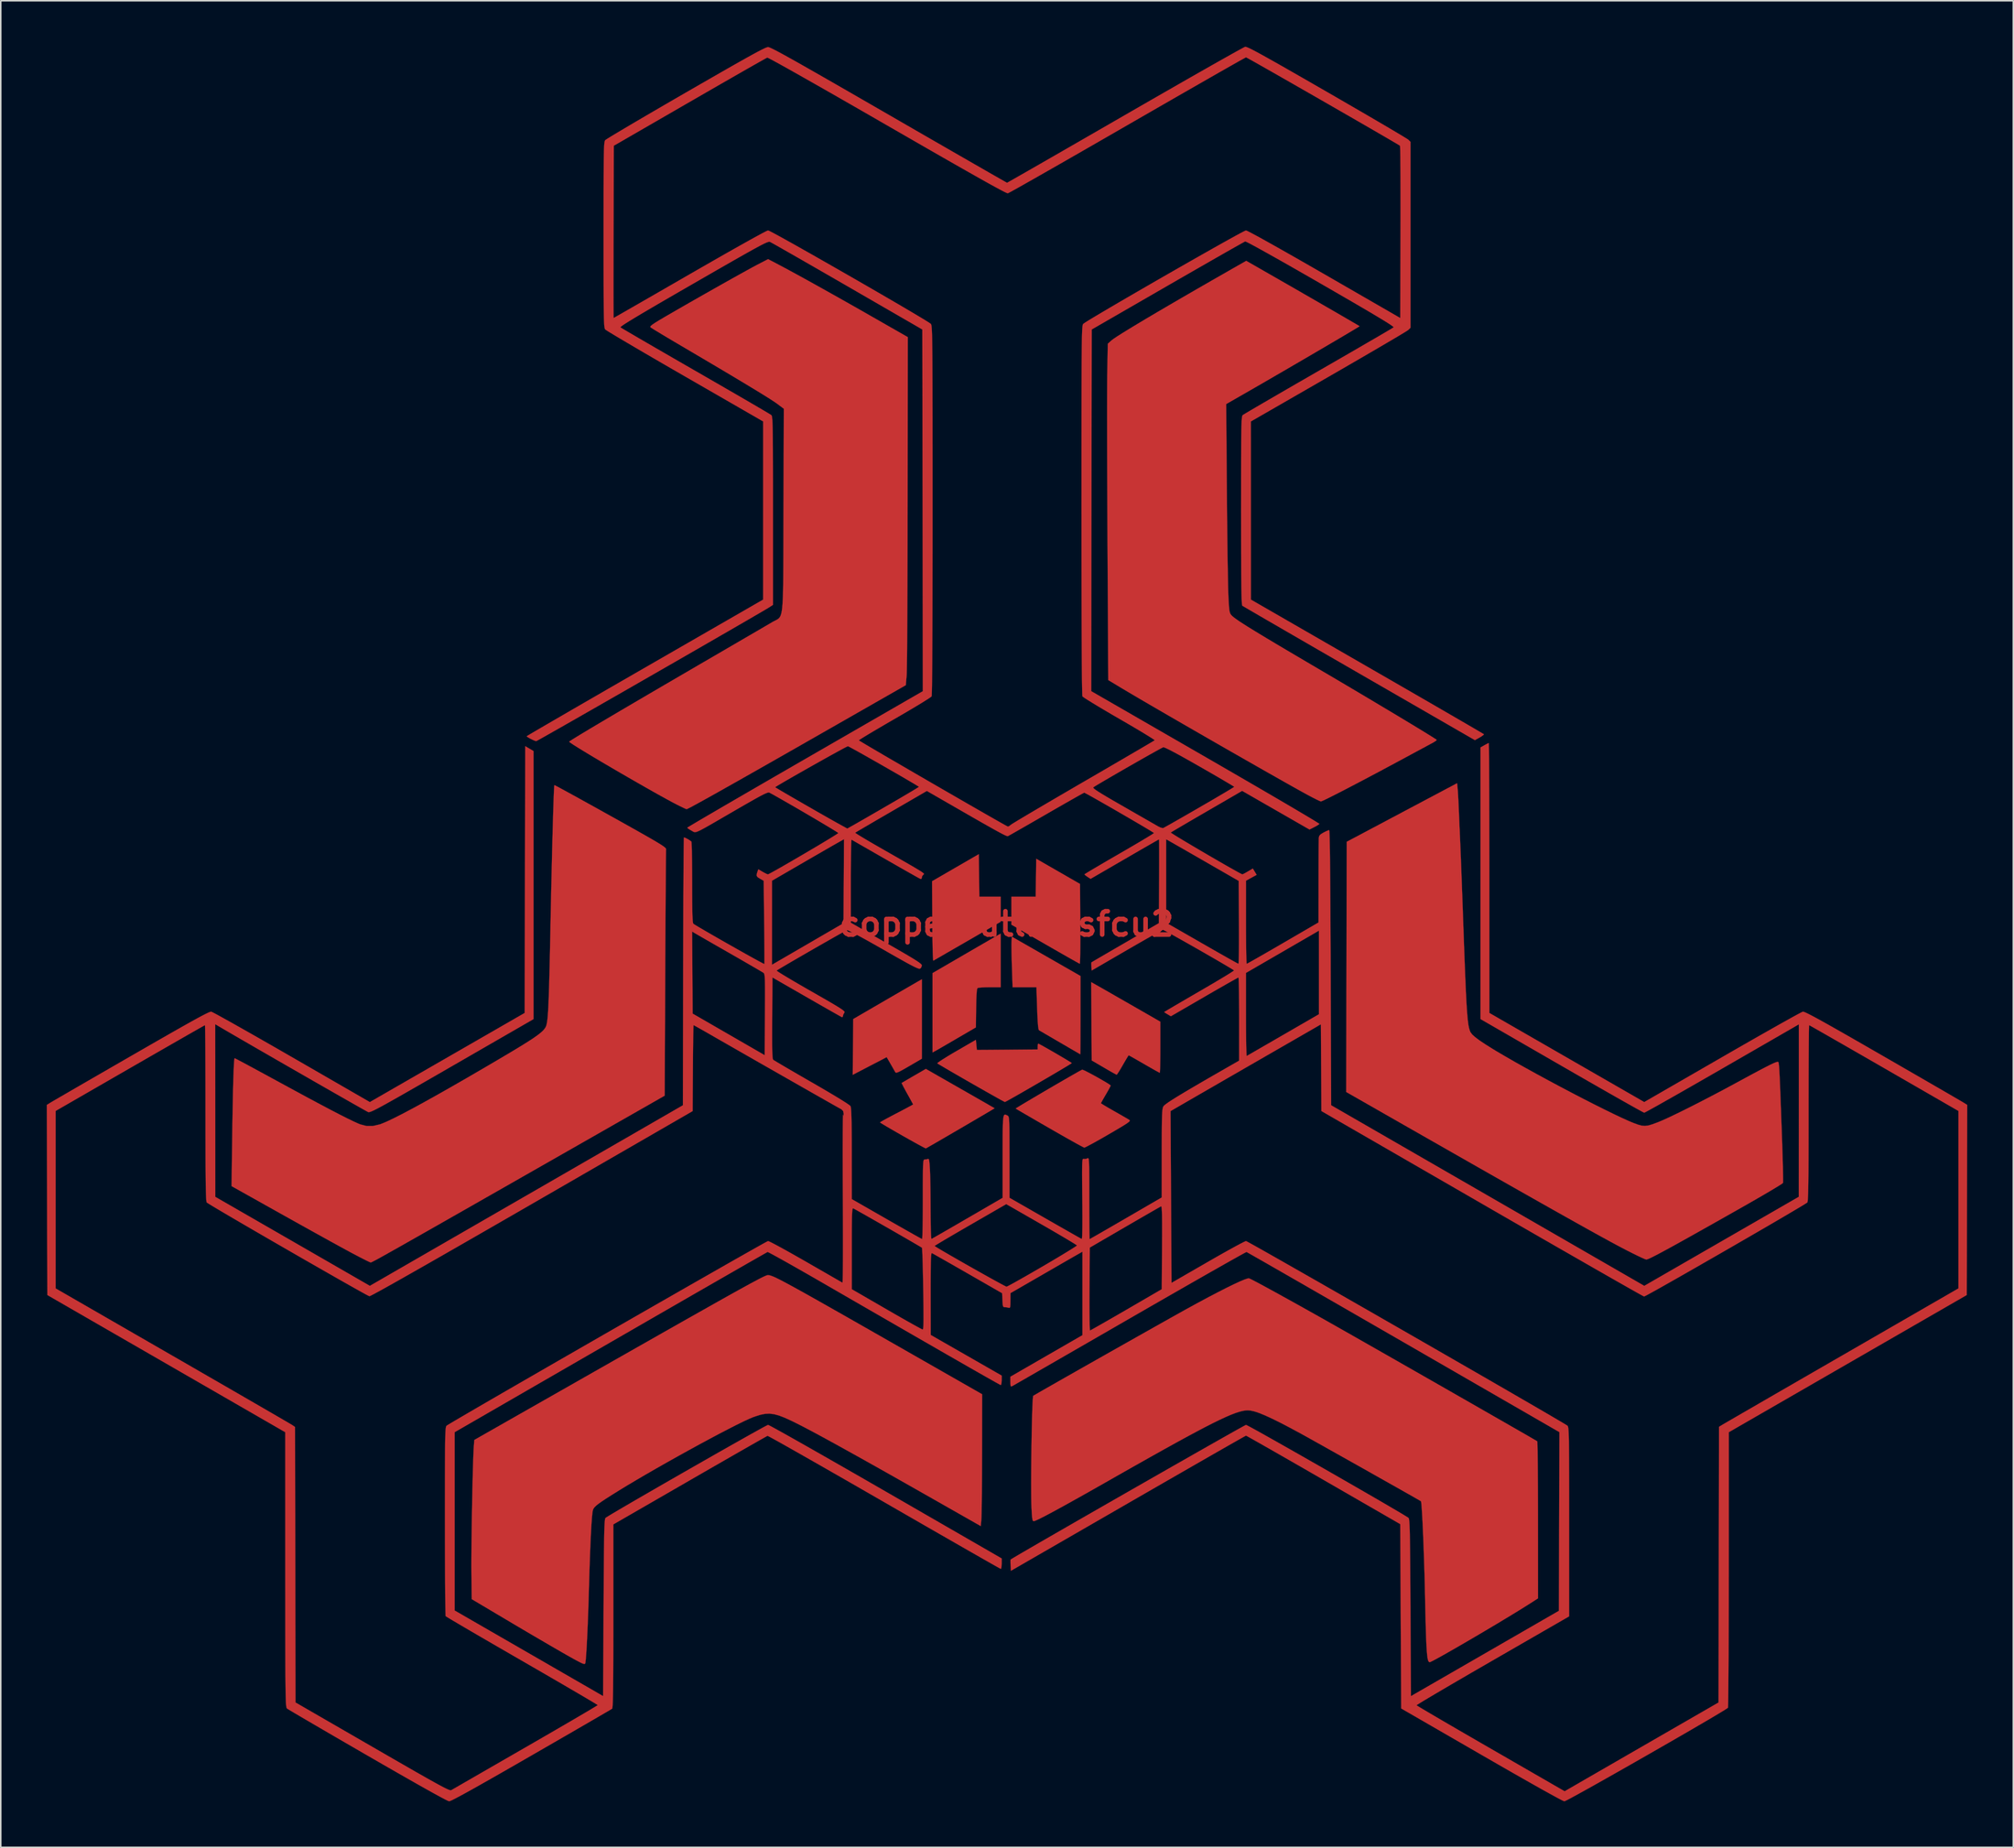
<source format=kicad_pcb>
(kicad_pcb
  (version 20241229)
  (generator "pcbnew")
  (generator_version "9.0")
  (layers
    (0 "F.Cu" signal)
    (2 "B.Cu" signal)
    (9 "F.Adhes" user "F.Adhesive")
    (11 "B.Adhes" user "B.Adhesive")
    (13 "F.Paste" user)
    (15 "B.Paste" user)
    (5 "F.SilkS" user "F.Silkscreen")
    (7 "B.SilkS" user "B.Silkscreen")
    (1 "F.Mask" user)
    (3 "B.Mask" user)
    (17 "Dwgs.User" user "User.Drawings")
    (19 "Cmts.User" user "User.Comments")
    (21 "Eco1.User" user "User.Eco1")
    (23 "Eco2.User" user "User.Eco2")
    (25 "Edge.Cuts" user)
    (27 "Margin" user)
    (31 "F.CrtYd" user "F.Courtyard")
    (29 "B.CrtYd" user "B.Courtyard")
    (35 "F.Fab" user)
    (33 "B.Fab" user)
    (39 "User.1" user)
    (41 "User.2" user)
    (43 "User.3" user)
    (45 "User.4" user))
  (footprint "copperoutlinesfcu2"
    (layer "F.Cu")
    (at 62.617 57.27)
    (property "Reference" "copperoutlinesfcu2" (at 0 0 0) (layer "F.Cu") (effects (font (size 1.524 1.524) (thickness 0.3))))
    (attr through_hole)
    (fp_poly (pts (xy 3.365 -3.435) (xy 4.794 -2.613) (xy 4.811 -0.005) (xy 4.813 0.557) (xy 4.813 1.076) (xy 4.811 1.541) (xy 4.807 1.937) (xy 4.801 2.252) (xy 4.793 2.472) (xy 4.784 2.585) (xy 4.779 2.597) (xy 4.715 2.564) (xy 4.553 2.475) (xy 4.306 2.336) (xy 3.984 2.154) (xy 3.6 1.935) (xy 3.166 1.686) (xy 2.694 1.415) (xy 2.524 1.317) (xy 0.318 0.045) (xy 0.318 -1.778) (xy 1.902 -1.778) (xy 1.92 -3.017) (xy 1.937 -4.257) (xy 3.365 -3.435)) (stroke (width 0.01) (type solid)) (fill yes) (layer "F.Cu"))
    (fp_poly (pts (xy -5.525 6.202) (xy -5.526 8.795) (xy -6.365 9.285) (xy -6.689 9.472) (xy -6.92 9.599) (xy -7.077 9.675) (xy -7.176 9.706) (xy -7.232 9.7) (xy -7.263 9.666) (xy -7.322 9.56) (xy -7.424 9.38) (xy -7.549 9.162) (xy -7.57 9.125) (xy -7.82 8.694) (xy -8.927 9.27) (xy -10.035 9.847) (xy -10.018 8.026) (xy -10.001 6.206) (xy -8.109 5.106) (xy -7.647 4.837) (xy -7.205 4.581) (xy -6.798 4.345) (xy -6.444 4.14) (xy -6.157 3.974) (xy -5.954 3.856) (xy -5.871 3.808) (xy -5.524 3.61) (xy -5.525 6.202)) (stroke (width 0.01) (type solid)) (fill yes) (layer "F.Cu"))
    (fp_poly (pts (xy -1.793 -3.167) (xy -1.776 -1.778) (xy -0.381 -1.778) (xy -0.381 -0.146) (xy -2.556 1.112) (xy -3.035 1.389) (xy -3.48 1.646) (xy -3.879 1.876) (xy -4.219 2.073) (xy -4.489 2.229) (xy -4.677 2.337) (xy -4.771 2.391) (xy -4.778 2.395) (xy -4.79 2.34) (xy -4.801 2.172) (xy -4.812 1.905) (xy -4.821 1.554) (xy -4.829 1.133) (xy -4.836 0.655) (xy -4.84 0.194) (xy -4.843 -0.344) (xy -4.846 -0.857) (xy -4.849 -1.328) (xy -4.852 -1.739) (xy -4.854 -2.071) (xy -4.855 -2.308) (xy -4.856 -2.412) (xy -4.858 -2.791) (xy -3.334 -3.674) (xy -1.81 -4.556) (xy -1.793 -3.167)) (stroke (width 0.01) (type solid)) (fill yes) (layer "F.Cu"))
    (fp_poly (pts (xy -0.381 4.128) (xy -1.095 4.128) (xy -1.389 4.133) (xy -1.639 4.145) (xy -1.816 4.162) (xy -1.888 4.179) (xy -1.918 4.24) (xy -1.941 4.386) (xy -1.959 4.629) (xy -1.973 4.977) (xy -1.982 5.441) (xy -1.983 5.489) (xy -2 6.75) (xy -3.239 7.473) (xy -3.607 7.688) (xy -3.947 7.886) (xy -4.242 8.057) (xy -4.471 8.189) (xy -4.618 8.273) (xy -4.651 8.291) (xy -4.826 8.385) (xy -4.826 3.206) (xy -2.752 2) (xy -2.279 1.725) (xy -1.837 1.468) (xy -1.437 1.237) (xy -1.094 1.038) (xy -0.82 0.879) (xy -0.629 0.769) (xy -0.533 0.714) (xy -0.529 0.712) (xy -0.381 0.631) (xy -0.381 4.128)) (stroke (width 0.01) (type solid)) (fill yes) (layer "F.Cu"))
    (fp_poly (pts (xy 2.587 2.114) (xy 4.826 3.397) (xy 4.826 5.953) (xy 4.825 6.509) (xy 4.824 7.022) (xy 4.823 7.481) (xy 4.821 7.871) (xy 4.818 8.179) (xy 4.815 8.391) (xy 4.811 8.495) (xy 4.81 8.504) (xy 4.753 8.472) (xy 4.602 8.384) (xy 4.372 8.251) (xy 4.078 8.08) (xy 3.735 7.88) (xy 3.493 7.739) (xy 3.122 7.523) (xy 2.787 7.327) (xy 2.502 7.161) (xy 2.285 7.033) (xy 2.15 6.955) (xy 2.116 6.934) (xy 2.086 6.862) (xy 2.059 6.678) (xy 2.035 6.379) (xy 2.013 5.962) (xy 1.996 5.509) (xy 1.95 4.128) (xy 0.395 4.128) (xy 0.351 2.778) (xy 0.338 2.356) (xy 0.329 1.958) (xy 0.324 1.609) (xy 0.323 1.333) (xy 0.326 1.154) (xy 0.328 1.13) (xy 0.349 0.831) (xy 2.587 2.114)) (stroke (width 0.01) (type solid)) (fill yes) (layer "F.Cu"))
    (fp_poly (pts (xy 5.824 3.967) (xy 5.95 4.038) (xy 6.17 4.163) (xy 6.471 4.335) (xy 6.836 4.544) (xy 7.252 4.783) (xy 7.702 5.041) (xy 8.079 5.257) (xy 10.033 6.38) (xy 10.033 8.048) (xy 10.032 8.493) (xy 10.028 8.893) (xy 10.023 9.232) (xy 10.015 9.494) (xy 10.007 9.66) (xy 9.998 9.716) (xy 9.934 9.685) (xy 9.779 9.601) (xy 9.551 9.473) (xy 9.267 9.311) (xy 8.978 9.144) (xy 8.661 8.961) (xy 8.384 8.802) (xy 8.164 8.677) (xy 8.02 8.598) (xy 7.969 8.572) (xy 7.93 8.624) (xy 7.843 8.765) (xy 7.72 8.973) (xy 7.585 9.207) (xy 7.44 9.458) (xy 7.315 9.661) (xy 7.225 9.796) (xy 7.185 9.84) (xy 7.118 9.809) (xy 6.963 9.724) (xy 6.739 9.598) (xy 6.468 9.441) (xy 6.35 9.372) (xy 5.556 8.907) (xy 5.54 6.353) (xy 5.523 3.798) (xy 5.824 3.967)) (stroke (width 0.01) (type solid)) (fill yes) (layer "F.Cu"))
    (fp_poly (pts (xy -1.937 8.223) (xy -1.54 8.221) (xy -1.364 8.22) (xy -1.085 8.218) (xy -0.725 8.215) (xy -0.307 8.212) (xy 0.145 8.208) (xy 0.445 8.205) (xy 2.032 8.191) (xy 2.032 8.001) (xy 2.042 7.867) (xy 2.067 7.811) (xy 2.067 7.811) (xy 2.134 7.841) (xy 2.288 7.923) (xy 2.509 8.047) (xy 2.777 8.199) (xy 3.071 8.368) (xy 3.371 8.543) (xy 3.657 8.711) (xy 3.908 8.861) (xy 4.104 8.98) (xy 4.225 9.058) (xy 4.254 9.082) (xy 4.201 9.12) (xy 4.053 9.213) (xy 3.823 9.352) (xy 3.525 9.53) (xy 3.175 9.737) (xy 2.786 9.966) (xy 2.372 10.207) (xy 1.948 10.454) (xy 1.529 10.697) (xy 1.128 10.929) (xy 0.76 11.14) (xy 0.438 11.323) (xy 0.179 11.469) (xy -0.006 11.57) (xy -0.1 11.617) (xy -0.108 11.62) (xy -0.173 11.589) (xy -0.335 11.502) (xy -0.583 11.365) (xy -0.905 11.184) (xy -1.288 10.968) (xy -1.721 10.722) (xy -2.19 10.454) (xy -2.312 10.384) (xy -2.79 10.11) (xy -3.233 9.854) (xy -3.63 9.624) (xy -3.968 9.427) (xy -4.235 9.269) (xy -4.42 9.159) (xy -4.509 9.103) (xy -4.515 9.099) (xy -4.476 9.054) (xy -4.342 8.957) (xy -4.126 8.816) (xy -3.844 8.64) (xy -3.509 8.439) (xy -3.282 8.307) (xy -2 7.564) (xy -1.937 8.223)) (stroke (width 0.01) (type solid)) (fill yes) (layer "F.Cu"))
    (fp_poly (pts (xy -3.029 10.741) (xy -2.544 11.018) (xy -2.095 11.275) (xy -1.693 11.506) (xy -1.349 11.702) (xy -1.077 11.859) (xy -0.886 11.968) (xy -0.79 12.024) (xy -0.78 12.029) (xy -0.83 12.062) (xy -0.976 12.15) (xy -1.204 12.285) (xy -1.5 12.46) (xy -1.85 12.665) (xy -2.239 12.894) (xy -2.655 13.137) (xy -3.083 13.388) (xy -3.509 13.636) (xy -3.919 13.875) (xy -4.299 14.096) (xy -4.635 14.291) (xy -4.913 14.451) (xy -5.12 14.57) (xy -5.241 14.638) (xy -5.266 14.65) (xy -5.328 14.624) (xy -5.486 14.542) (xy -5.725 14.413) (xy -6.03 14.245) (xy -6.386 14.046) (xy -6.777 13.825) (xy -7.168 13.601) (xy -7.52 13.398) (xy -7.819 13.223) (xy -8.05 13.085) (xy -8.2 12.992) (xy -8.253 12.954) (xy -8.2 12.916) (xy -8.051 12.83) (xy -7.824 12.705) (xy -7.536 12.551) (xy -7.203 12.376) (xy -7.175 12.362) (xy -6.84 12.187) (xy -6.548 12.032) (xy -6.314 11.907) (xy -6.158 11.821) (xy -6.096 11.783) (xy -6.096 11.782) (xy -6.125 11.723) (xy -6.205 11.574) (xy -6.322 11.359) (xy -6.467 11.099) (xy -6.478 11.079) (xy -6.622 10.817) (xy -6.739 10.599) (xy -6.816 10.447) (xy -6.843 10.382) (xy -6.843 10.381) (xy -6.785 10.346) (xy -6.637 10.259) (xy -6.42 10.132) (xy -6.152 9.976) (xy -6.046 9.914) (xy -5.265 9.462) (xy -3.029 10.741)) (stroke (width 0.01) (type solid)) (fill yes) (layer "F.Cu"))
    (fp_poly (pts (xy 5.012 9.535) (xy 5.171 9.609) (xy 5.392 9.723) (xy 5.654 9.863) (xy 5.932 10.017) (xy 6.205 10.172) (xy 6.45 10.315) (xy 6.645 10.434) (xy 6.766 10.517) (xy 6.795 10.546) (xy 6.764 10.618) (xy 6.683 10.772) (xy 6.564 10.983) (xy 6.477 11.132) (xy 6.342 11.364) (xy 6.236 11.552) (xy 6.172 11.673) (xy 6.16 11.702) (xy 6.212 11.742) (xy 6.356 11.833) (xy 6.574 11.963) (xy 6.847 12.121) (xy 7.033 12.227) (xy 7.341 12.402) (xy 7.616 12.56) (xy 7.837 12.688) (xy 7.982 12.774) (xy 8.02 12.798) (xy 8.044 12.828) (xy 8.03 12.869) (xy 7.968 12.931) (xy 7.848 13.019) (xy 7.659 13.141) (xy 7.389 13.305) (xy 7.028 13.518) (xy 6.647 13.74) (xy 6.251 13.969) (xy 5.888 14.174) (xy 5.574 14.348) (xy 5.323 14.482) (xy 5.151 14.569) (xy 5.073 14.6) (xy 5.072 14.6) (xy 5 14.567) (xy 4.83 14.478) (xy 4.574 14.339) (xy 4.246 14.156) (xy 3.857 13.937) (xy 3.42 13.688) (xy 2.947 13.417) (xy 2.804 13.334) (xy 2.325 13.058) (xy 1.882 12.801) (xy 1.485 12.57) (xy 1.147 12.374) (xy 0.88 12.218) (xy 0.696 12.109) (xy 0.606 12.055) (xy 0.599 12.05) (xy 0.647 12.015) (xy 0.791 11.925) (xy 1.016 11.788) (xy 1.309 11.613) (xy 1.656 11.407) (xy 2.041 11.18) (xy 2.451 10.938) (xy 2.872 10.692) (xy 3.29 10.448) (xy 3.69 10.216) (xy 4.058 10.004) (xy 4.38 9.819) (xy 4.642 9.67) (xy 4.83 9.566) (xy 4.929 9.515) (xy 4.938 9.512) (xy 5.012 9.535)) (stroke (width 0.01) (type solid)) (fill yes) (layer "F.Cu"))
    (fp_poly (pts (xy -14.907 -43.061) (xy -14.488 -42.839) (xy -13.973 -42.56) (xy -13.375 -42.233) (xy -12.708 -41.864) (xy -11.987 -41.462) (xy -11.223 -41.034) (xy -10.432 -40.588) (xy -9.626 -40.131) (xy -8.819 -39.67) (xy -8.763 -39.638) (xy -6.445 -38.312) (xy -6.453 -27.585) (xy -6.455 -26.417) (xy -6.456 -25.277) (xy -6.459 -24.172) (xy -6.462 -23.11) (xy -6.465 -22.096) (xy -6.469 -21.139) (xy -6.473 -20.245) (xy -6.478 -19.422) (xy -6.483 -18.676) (xy -6.488 -18.015) (xy -6.493 -17.446) (xy -6.499 -16.975) (xy -6.505 -16.61) (xy -6.511 -16.358) (xy -6.517 -16.225) (xy -6.517 -16.225) (xy -6.572 -15.591) (xy -12.072 -12.447) (xy -13.365 -11.708) (xy -14.559 -11.027) (xy -15.652 -10.404) (xy -16.644 -9.841) (xy -17.535 -9.336) (xy -18.322 -8.892) (xy -19.005 -8.507) (xy -19.584 -8.184) (xy -20.057 -7.922) (xy -20.423 -7.722) (xy -20.682 -7.584) (xy -20.833 -7.51) (xy -20.874 -7.495) (xy -20.948 -7.523) (xy -21.108 -7.597) (xy -21.329 -7.704) (xy -21.495 -7.787) (xy -21.787 -7.94) (xy -22.149 -8.136) (xy -22.571 -8.368) (xy -23.04 -8.631) (xy -23.547 -8.918) (xy -24.08 -9.223) (xy -24.628 -9.538) (xy -25.181 -9.858) (xy -25.726 -10.176) (xy -26.254 -10.486) (xy -26.753 -10.782) (xy -27.212 -11.056) (xy -27.62 -11.303) (xy -27.966 -11.516) (xy -28.24 -11.688) (xy -28.429 -11.814) (xy -28.524 -11.887) (xy -28.533 -11.9) (xy -28.476 -11.945) (xy -28.311 -12.053) (xy -28.039 -12.221) (xy -27.664 -12.449) (xy -27.187 -12.736) (xy -26.61 -13.079) (xy -25.935 -13.479) (xy -25.165 -13.934) (xy -24.3 -14.442) (xy -23.345 -15.002) (xy -22.299 -15.614) (xy -21.166 -16.275) (xy -19.948 -16.986) (xy -19.431 -17.286) (xy -18.789 -17.66) (xy -18.168 -18.022) (xy -17.581 -18.364) (xy -17.036 -18.682) (xy -16.544 -18.968) (xy -16.116 -19.218) (xy -15.762 -19.425) (xy -15.493 -19.582) (xy -15.318 -19.684) (xy -15.275 -19.71) (xy -15.164 -19.771) (xy -15.066 -19.82) (xy -14.979 -19.865) (xy -14.903 -19.914) (xy -14.837 -19.973) (xy -14.78 -20.05) (xy -14.732 -20.152) (xy -14.692 -20.287) (xy -14.658 -20.461) (xy -14.631 -20.682) (xy -14.61 -20.958) (xy -14.593 -21.295) (xy -14.581 -21.702) (xy -14.572 -22.184) (xy -14.566 -22.751) (xy -14.562 -23.408) (xy -14.559 -24.163) (xy -14.557 -25.024) (xy -14.555 -25.997) (xy -14.552 -27.026) (xy -14.53 -33.636) (xy -14.964 -33.962) (xy -15.143 -34.087) (xy -15.419 -34.267) (xy -15.794 -34.503) (xy -16.268 -34.795) (xy -16.845 -35.145) (xy -17.524 -35.554) (xy -18.308 -36.022) (xy -19.198 -36.55) (xy -20.196 -37.14) (xy -21.177 -37.718) (xy -21.634 -37.987) (xy -22.058 -38.239) (xy -22.436 -38.465) (xy -22.755 -38.658) (xy -23.003 -38.809) (xy -23.166 -38.912) (xy -23.231 -38.956) (xy -23.241 -38.992) (xy -23.202 -39.048) (xy -23.104 -39.129) (xy -22.933 -39.244) (xy -22.681 -39.4) (xy -22.336 -39.605) (xy -22.056 -39.768) (xy -21.509 -40.084) (xy -20.924 -40.421) (xy -20.315 -40.769) (xy -19.697 -41.121) (xy -19.083 -41.469) (xy -18.488 -41.805) (xy -17.927 -42.12) (xy -17.414 -42.406) (xy -16.963 -42.656) (xy -16.589 -42.861) (xy -16.306 -43.013) (xy -16.24 -43.048) (xy -15.557 -43.402) (xy -14.907 -43.061)) (stroke (width 0.01) (type solid)) (fill yes) (layer "F.Cu"))
    (fp_poly (pts (xy -15.512 22.927) (xy -15.447 22.939) (xy -15.366 22.963) (xy -15.263 23.001) (xy -15.134 23.056) (xy -14.974 23.132) (xy -14.776 23.231) (xy -14.537 23.355) (xy -14.25 23.509) (xy -13.91 23.694) (xy -13.513 23.913) (xy -13.052 24.17) (xy -12.523 24.467) (xy -11.921 24.807) (xy -11.241 25.193) (xy -10.476 25.627) (xy -9.622 26.114) (xy -8.674 26.655) (xy -7.627 27.253) (xy -6.474 27.911) (xy -6.424 27.94) (xy -1.591 30.702) (xy -1.597 34.576) (xy -1.599 35.28) (xy -1.602 35.956) (xy -1.606 36.593) (xy -1.611 37.178) (xy -1.616 37.698) (xy -1.622 38.141) (xy -1.629 38.494) (xy -1.636 38.745) (xy -1.643 38.878) (xy -1.683 39.306) (xy -4.763 37.553) (xy -6.105 36.79) (xy -7.34 36.09) (xy -8.469 35.454) (xy -9.495 34.878) (xy -10.419 34.364) (xy -11.242 33.908) (xy -11.968 33.511) (xy -12.597 33.172) (xy -13.132 32.889) (xy -13.494 32.702) (xy -14.027 32.436) (xy -14.471 32.233) (xy -14.846 32.089) (xy -15.172 32.001) (xy -15.469 31.966) (xy -15.757 31.98) (xy -16.055 32.04) (xy -16.384 32.143) (xy -16.544 32.2) (xy -16.81 32.311) (xy -17.173 32.48) (xy -17.621 32.701) (xy -18.143 32.967) (xy -18.727 33.271) (xy -19.359 33.607) (xy -20.03 33.969) (xy -20.726 34.35) (xy -21.435 34.743) (xy -22.147 35.142) (xy -22.848 35.541) (xy -23.526 35.932) (xy -24.171 36.31) (xy -24.77 36.667) (xy -25.273 36.974) (xy -25.749 37.271) (xy -26.126 37.511) (xy -26.418 37.705) (xy -26.635 37.86) (xy -26.789 37.985) (xy -26.891 38.09) (xy -26.954 38.182) (xy -26.983 38.25) (xy -27.013 38.403) (xy -27.043 38.678) (xy -27.073 39.072) (xy -27.104 39.579) (xy -27.134 40.195) (xy -27.165 40.917) (xy -27.195 41.739) (xy -27.224 42.657) (xy -27.242 43.275) (xy -27.265 44.068) (xy -27.29 44.823) (xy -27.316 45.53) (xy -27.343 46.179) (xy -27.37 46.759) (xy -27.397 47.262) (xy -27.424 47.675) (xy -27.448 47.99) (xy -27.471 48.195) (xy -27.487 48.272) (xy -27.511 48.302) (xy -27.562 48.307) (xy -27.651 48.281) (xy -27.791 48.218) (xy -27.995 48.113) (xy -28.275 47.96) (xy -28.644 47.752) (xy -28.958 47.573) (xy -29.348 47.348) (xy -29.824 47.072) (xy -30.363 46.757) (xy -30.941 46.419) (xy -31.535 46.069) (xy -32.121 45.723) (xy -32.639 45.415) (xy -34.893 44.075) (xy -34.912 42.31) (xy -34.914 41.919) (xy -34.913 41.441) (xy -34.909 40.889) (xy -34.903 40.279) (xy -34.895 39.627) (xy -34.885 38.947) (xy -34.873 38.255) (xy -34.86 37.566) (xy -34.846 36.896) (xy -34.831 36.259) (xy -34.816 35.672) (xy -34.8 35.149) (xy -34.785 34.705) (xy -34.77 34.356) (xy -34.756 34.117) (xy -34.755 34.098) (xy -34.722 33.684) (xy -31.22 31.69) (xy -29.667 30.806) (xy -28.221 29.983) (xy -26.878 29.218) (xy -25.633 28.51) (xy -24.484 27.857) (xy -23.426 27.256) (xy -22.455 26.704) (xy -21.568 26.201) (xy -20.761 25.744) (xy -20.03 25.331) (xy -19.371 24.959) (xy -18.78 24.626) (xy -18.255 24.331) (xy -17.79 24.071) (xy -17.381 23.845) (xy -17.026 23.649) (xy -16.721 23.482) (xy -16.461 23.342) (xy -16.243 23.226) (xy -16.062 23.132) (xy -15.916 23.059) (xy -15.8 23.004) (xy -15.711 22.965) (xy -15.644 22.94) (xy -15.597 22.927) (xy -15.566 22.924) (xy -15.512 22.927)) (stroke (width 0.01) (type solid)) (fill yes) (layer "F.Cu"))
    (fp_poly (pts (xy 17.963 -41.958) (xy 18.415 -41.699) (xy 18.9 -41.42) (xy 19.407 -41.127) (xy 19.925 -40.829) (xy 20.44 -40.532) (xy 20.94 -40.242) (xy 21.415 -39.968) (xy 21.851 -39.715) (xy 22.236 -39.491) (xy 22.559 -39.303) (xy 22.808 -39.158) (xy 22.97 -39.063) (xy 23.032 -39.024) (xy 22.983 -38.991) (xy 22.834 -38.899) (xy 22.595 -38.756) (xy 22.277 -38.566) (xy 21.889 -38.336) (xy 21.442 -38.073) (xy 20.945 -37.78) (xy 20.409 -37.466) (xy 19.844 -37.135) (xy 19.259 -36.793) (xy 18.666 -36.447) (xy 18.074 -36.102) (xy 17.492 -35.764) (xy 16.932 -35.439) (xy 16.403 -35.133) (xy 15.915 -34.852) (xy 15.595 -34.668) (xy 14.33 -33.942) (xy 14.375 -28.195) (xy 14.382 -27.323) (xy 14.39 -26.467) (xy 14.399 -25.639) (xy 14.409 -24.849) (xy 14.418 -24.109) (xy 14.429 -23.43) (xy 14.439 -22.824) (xy 14.449 -22.302) (xy 14.458 -21.875) (xy 14.468 -21.554) (xy 14.475 -21.378) (xy 14.496 -20.983) (xy 14.516 -20.694) (xy 14.537 -20.49) (xy 14.564 -20.352) (xy 14.599 -20.257) (xy 14.646 -20.186) (xy 14.679 -20.15) (xy 14.752 -20.079) (xy 14.857 -19.993) (xy 15 -19.888) (xy 15.185 -19.76) (xy 15.42 -19.606) (xy 15.711 -19.421) (xy 16.063 -19.203) (xy 16.483 -18.947) (xy 16.976 -18.649) (xy 17.55 -18.306) (xy 18.209 -17.914) (xy 18.961 -17.47) (xy 19.811 -16.969) (xy 20.701 -16.445) (xy 21.419 -16.023) (xy 22.14 -15.597) (xy 22.857 -15.172) (xy 23.56 -14.754) (xy 24.242 -14.347) (xy 24.894 -13.957) (xy 25.509 -13.589) (xy 26.077 -13.247) (xy 26.59 -12.937) (xy 27.04 -12.663) (xy 27.419 -12.43) (xy 27.719 -12.244) (xy 27.931 -12.11) (xy 28.047 -12.032) (xy 28.066 -12.014) (xy 28.015 -11.962) (xy 27.883 -11.875) (xy 27.765 -11.808) (xy 27.634 -11.738) (xy 27.409 -11.616) (xy 27.104 -11.452) (xy 26.737 -11.254) (xy 26.324 -11.031) (xy 25.881 -10.792) (xy 25.686 -10.687) (xy 24.968 -10.301) (xy 24.274 -9.929) (xy 23.611 -9.577) (xy 22.989 -9.249) (xy 22.416 -8.949) (xy 21.902 -8.682) (xy 21.455 -8.453) (xy 21.083 -8.265) (xy 20.796 -8.125) (xy 20.603 -8.035) (xy 20.512 -8.001) (xy 20.509 -8.001) (xy 20.425 -8.031) (xy 20.249 -8.113) (xy 20.002 -8.238) (xy 19.703 -8.395) (xy 19.398 -8.562) (xy 18.951 -8.81) (xy 18.412 -9.112) (xy 17.795 -9.461) (xy 17.112 -9.848) (xy 16.374 -10.268) (xy 15.595 -10.713) (xy 14.785 -11.176) (xy 13.958 -11.65) (xy 13.126 -12.128) (xy 12.3 -12.604) (xy 11.494 -13.069) (xy 10.718 -13.518) (xy 9.986 -13.943) (xy 9.31 -14.336) (xy 8.701 -14.692) (xy 8.173 -15.003) (xy 7.736 -15.262) (xy 7.556 -15.369) (xy 6.636 -15.923) (xy 6.587 -24.996) (xy 6.581 -26.097) (xy 6.576 -27.188) (xy 6.572 -28.258) (xy 6.568 -29.3) (xy 6.565 -30.302) (xy 6.563 -31.257) (xy 6.562 -32.154) (xy 6.561 -32.986) (xy 6.561 -33.741) (xy 6.562 -34.412) (xy 6.564 -34.989) (xy 6.566 -35.462) (xy 6.569 -35.823) (xy 6.572 -35.973) (xy 6.606 -37.878) (xy 6.851 -38.1) (xy 6.984 -38.2) (xy 7.222 -38.36) (xy 7.563 -38.576) (xy 8.001 -38.846) (xy 8.532 -39.168) (xy 9.151 -39.538) (xy 9.855 -39.954) (xy 10.639 -40.413) (xy 11.497 -40.913) (xy 12.427 -41.451) (xy 13.422 -42.024) (xy 14.48 -42.63) (xy 14.693 -42.752) (xy 15.638 -43.291) (xy 17.963 -41.958)) (stroke (width 0.01) (type solid)) (fill yes) (layer "F.Cu"))
    (fp_poly (pts (xy 29.427 -8.865) (xy 29.442 -8.674) (xy 29.46 -8.394) (xy 29.478 -8.062) (xy 29.494 -7.716) (xy 29.494 -7.715) (xy 29.508 -7.393) (xy 29.526 -6.979) (xy 29.546 -6.507) (xy 29.568 -6.012) (xy 29.589 -5.529) (xy 29.592 -5.461) (xy 29.605 -5.15) (xy 29.622 -4.728) (xy 29.643 -4.207) (xy 29.666 -3.605) (xy 29.691 -2.935) (xy 29.718 -2.212) (xy 29.746 -1.45) (xy 29.774 -0.666) (xy 29.802 0.127) (xy 29.815 0.476) (xy 29.852 1.513) (xy 29.886 2.431) (xy 29.918 3.238) (xy 29.947 3.942) (xy 29.975 4.55) (xy 30.002 5.07) (xy 30.028 5.51) (xy 30.055 5.879) (xy 30.082 6.183) (xy 30.11 6.432) (xy 30.14 6.631) (xy 30.173 6.791) (xy 30.208 6.917) (xy 30.247 7.019) (xy 30.269 7.067) (xy 30.374 7.208) (xy 30.566 7.384) (xy 30.851 7.599) (xy 31.236 7.857) (xy 31.726 8.164) (xy 31.952 8.301) (xy 32.531 8.642) (xy 33.174 9.012) (xy 33.868 9.401) (xy 34.598 9.804) (xy 35.352 10.214) (xy 36.115 10.622) (xy 36.875 11.023) (xy 37.617 11.409) (xy 38.328 11.772) (xy 38.995 12.106) (xy 39.603 12.404) (xy 40.14 12.658) (xy 40.591 12.862) (xy 40.887 12.985) (xy 41.183 13.096) (xy 41.423 13.163) (xy 41.638 13.183) (xy 41.863 13.156) (xy 42.128 13.08) (xy 42.468 12.954) (xy 42.577 12.911) (xy 42.876 12.783) (xy 43.272 12.601) (xy 43.75 12.372) (xy 44.295 12.103) (xy 44.894 11.801) (xy 45.531 11.474) (xy 46.192 11.129) (xy 46.862 10.774) (xy 47.528 10.415) (xy 47.593 10.38) (xy 48.226 10.036) (xy 48.756 9.75) (xy 49.193 9.517) (xy 49.545 9.333) (xy 49.82 9.194) (xy 50.028 9.096) (xy 50.178 9.034) (xy 50.276 9.004) (xy 50.334 9.002) (xy 50.355 9.016) (xy 50.368 9.05) (xy 50.38 9.114) (xy 50.392 9.218) (xy 50.404 9.369) (xy 50.418 9.576) (xy 50.432 9.847) (xy 50.448 10.191) (xy 50.466 10.615) (xy 50.487 11.129) (xy 50.51 11.74) (xy 50.536 12.457) (xy 50.567 13.288) (xy 50.584 13.788) (xy 50.605 14.398) (xy 50.624 14.97) (xy 50.639 15.493) (xy 50.65 15.952) (xy 50.658 16.336) (xy 50.662 16.631) (xy 50.662 16.825) (xy 50.657 16.905) (xy 50.596 16.954) (xy 50.435 17.058) (xy 50.185 17.212) (xy 49.856 17.409) (xy 49.459 17.643) (xy 49.005 17.907) (xy 48.504 18.195) (xy 47.968 18.501) (xy 47.869 18.557) (xy 46.89 19.111) (xy 46.016 19.605) (xy 45.241 20.041) (xy 44.56 20.423) (xy 43.967 20.754) (xy 43.458 21.036) (xy 43.026 21.273) (xy 42.666 21.467) (xy 42.374 21.621) (xy 42.142 21.739) (xy 41.967 21.824) (xy 41.842 21.877) (xy 41.763 21.903) (xy 41.736 21.906) (xy 41.649 21.878) (xy 41.467 21.798) (xy 41.209 21.678) (xy 40.894 21.523) (xy 40.539 21.345) (xy 40.418 21.282) (xy 40.126 21.13) (xy 39.783 20.947) (xy 39.385 20.733) (xy 38.931 20.484) (xy 38.414 20.199) (xy 37.833 19.876) (xy 37.183 19.513) (xy 36.462 19.109) (xy 35.664 18.66) (xy 34.788 18.165) (xy 33.829 17.622) (xy 32.784 17.029) (xy 31.649 16.384) (xy 30.421 15.685) (xy 29.097 14.929) (xy 27.671 14.116) (xy 26.142 13.243) (xy 24.971 12.574) (xy 22.161 10.968) (xy 22.177 2.801) (xy 22.193 -5.365) (xy 25.793 -7.277) (xy 29.394 -9.189) (xy 29.427 -8.865)) (stroke (width 0.01) (type solid)) (fill yes) (layer "F.Cu"))
    (fp_poly (pts (xy -29.442 -9.04) (xy -29.283 -8.956) (xy -29.032 -8.82) (xy -28.697 -8.638) (xy -28.289 -8.414) (xy -27.815 -8.153) (xy -27.287 -7.86) (xy -26.712 -7.541) (xy -26.1 -7.2) (xy -25.836 -7.053) (xy -25.106 -6.646) (xy -24.48 -6.295) (xy -23.95 -5.996) (xy -23.507 -5.745) (xy -23.145 -5.537) (xy -22.855 -5.367) (xy -22.631 -5.231) (xy -22.463 -5.123) (xy -22.346 -5.041) (xy -22.27 -4.978) (xy -22.228 -4.93) (xy -22.212 -4.892) (xy -22.212 -4.875) (xy -22.215 -4.795) (xy -22.218 -4.595) (xy -22.222 -4.284) (xy -22.226 -3.869) (xy -22.23 -3.358) (xy -22.234 -2.759) (xy -22.239 -2.08) (xy -22.243 -1.328) (xy -22.248 -0.511) (xy -22.253 0.363) (xy -22.258 1.286) (xy -22.263 2.25) (xy -22.267 3.239) (xy -22.303 11.208) (xy -30.281 15.762) (xy -31.59 16.509) (xy -32.793 17.196) (xy -33.896 17.824) (xy -34.901 18.398) (xy -35.813 18.918) (xy -36.638 19.388) (xy -37.379 19.81) (xy -38.041 20.186) (xy -38.628 20.52) (xy -39.145 20.813) (xy -39.596 21.069) (xy -39.986 21.289) (xy -40.319 21.476) (xy -40.599 21.633) (xy -40.831 21.762) (xy -41.02 21.866) (xy -41.169 21.947) (xy -41.284 22.007) (xy -41.368 22.05) (xy -41.427 22.078) (xy -41.464 22.093) (xy -41.485 22.097) (xy -41.486 22.097) (xy -41.561 22.068) (xy -41.731 21.987) (xy -41.979 21.862) (xy -42.288 21.703) (xy -42.641 21.517) (xy -42.832 21.415) (xy -43.132 21.252) (xy -43.527 21.036) (xy -44.002 20.775) (xy -44.541 20.477) (xy -45.129 20.151) (xy -45.75 19.806) (xy -46.388 19.45) (xy -47.029 19.092) (xy -47.331 18.923) (xy -50.559 17.113) (xy -50.52 14.161) (xy -50.506 13.13) (xy -50.49 12.2) (xy -50.474 11.376) (xy -50.458 10.658) (xy -50.441 10.051) (xy -50.423 9.557) (xy -50.406 9.179) (xy -50.388 8.921) (xy -50.37 8.785) (xy -50.359 8.763) (xy -50.297 8.793) (xy -50.134 8.878) (xy -49.881 9.012) (xy -49.548 9.191) (xy -49.145 9.408) (xy -48.684 9.658) (xy -48.174 9.935) (xy -47.626 10.234) (xy -47.4 10.357) (xy -46.413 10.894) (xy -45.534 11.37) (xy -44.758 11.785) (xy -44.084 12.141) (xy -43.507 12.441) (xy -43.024 12.685) (xy -42.634 12.875) (xy -42.332 13.013) (xy -42.178 13.077) (xy -41.759 13.188) (xy -41.333 13.188) (xy -40.876 13.079) (xy -40.784 13.046) (xy -40.446 12.905) (xy -40.003 12.695) (xy -39.456 12.419) (xy -38.808 12.077) (xy -38.059 11.669) (xy -37.213 11.198) (xy -36.27 10.663) (xy -35.231 10.066) (xy -34.1 9.407) (xy -33.274 8.922) (xy -32.602 8.524) (xy -32.031 8.183) (xy -31.554 7.892) (xy -31.16 7.644) (xy -30.843 7.435) (xy -30.591 7.257) (xy -30.398 7.106) (xy -30.253 6.974) (xy -30.149 6.856) (xy -30.075 6.746) (xy -30.063 6.722) (xy -30.031 6.646) (xy -30.002 6.541) (xy -29.976 6.401) (xy -29.952 6.217) (xy -29.929 5.982) (xy -29.909 5.689) (xy -29.889 5.331) (xy -29.871 4.899) (xy -29.853 4.386) (xy -29.835 3.786) (xy -29.817 3.09) (xy -29.798 2.29) (xy -29.778 1.381) (xy -29.757 0.353) (xy -29.753 0.127) (xy -29.732 -0.907) (xy -29.711 -1.912) (xy -29.689 -2.883) (xy -29.668 -3.811) (xy -29.647 -4.688) (xy -29.626 -5.508) (xy -29.606 -6.261) (xy -29.586 -6.942) (xy -29.568 -7.542) (xy -29.551 -8.054) (xy -29.536 -8.469) (xy -29.522 -8.781) (xy -29.51 -8.982) (xy -29.5 -9.065) (xy -29.499 -9.066) (xy -29.442 -9.04)) (stroke (width 0.01) (type solid)) (fill yes) (layer "F.Cu"))
    (fp_poly (pts (xy 15.913 23.175) (xy 16.11 23.275) (xy 16.401 23.428) (xy 16.778 23.631) (xy 17.233 23.879) (xy 17.758 24.167) (xy 18.344 24.491) (xy 18.984 24.847) (xy 19.669 25.23) (xy 20.392 25.636) (xy 21.143 26.06) (xy 21.177 26.079) (xy 21.567 26.3) (xy 22.029 26.563) (xy 22.558 26.863) (xy 23.144 27.197) (xy 23.78 27.559) (xy 24.457 27.945) (xy 25.168 28.351) (xy 25.904 28.771) (xy 26.658 29.202) (xy 27.421 29.638) (xy 28.186 30.075) (xy 28.944 30.509) (xy 29.688 30.935) (xy 30.409 31.348) (xy 31.1 31.744) (xy 31.752 32.118) (xy 32.358 32.465) (xy 32.909 32.782) (xy 33.398 33.062) (xy 33.816 33.303) (xy 34.155 33.499) (xy 34.408 33.646) (xy 34.567 33.738) (xy 34.622 33.772) (xy 34.63 33.841) (xy 34.637 34.028) (xy 34.643 34.322) (xy 34.649 34.715) (xy 34.655 35.196) (xy 34.66 35.756) (xy 34.664 36.386) (xy 34.668 37.075) (xy 34.67 37.815) (xy 34.672 38.595) (xy 34.672 38.92) (xy 34.675 44.023) (xy 34.181 44.341) (xy 33.827 44.565) (xy 33.412 44.823) (xy 32.948 45.107) (xy 32.446 45.411) (xy 31.917 45.729) (xy 31.373 46.053) (xy 30.824 46.378) (xy 30.284 46.695) (xy 29.762 46.999) (xy 29.27 47.284) (xy 28.821 47.541) (xy 28.424 47.766) (xy 28.091 47.95) (xy 27.834 48.088) (xy 27.665 48.172) (xy 27.597 48.197) (xy 27.54 48.152) (xy 27.526 48.131) (xy 27.494 48.051) (xy 27.465 47.915) (xy 27.44 47.716) (xy 27.416 47.444) (xy 27.395 47.092) (xy 27.375 46.652) (xy 27.357 46.116) (xy 27.339 45.476) (xy 27.321 44.724) (xy 27.306 44.005) (xy 27.292 43.346) (xy 27.275 42.671) (xy 27.255 41.992) (xy 27.233 41.322) (xy 27.21 40.673) (xy 27.186 40.057) (xy 27.161 39.486) (xy 27.137 38.972) (xy 27.113 38.528) (xy 27.09 38.165) (xy 27.069 37.895) (xy 27.05 37.732) (xy 27.038 37.686) (xy 26.977 37.649) (xy 26.817 37.557) (xy 26.568 37.414) (xy 26.24 37.228) (xy 25.845 37.004) (xy 25.393 36.748) (xy 24.895 36.467) (xy 24.361 36.166) (xy 23.804 35.851) (xy 23.233 35.529) (xy 22.659 35.206) (xy 22.092 34.887) (xy 21.545 34.58) (xy 21.027 34.289) (xy 20.55 34.021) (xy 20.124 33.783) (xy 19.76 33.579) (xy 19.468 33.417) (xy 19.26 33.302) (xy 19.241 33.291) (xy 18.51 32.896) (xy 17.878 32.566) (xy 17.337 32.298) (xy 16.879 32.087) (xy 16.496 31.93) (xy 16.18 31.824) (xy 15.923 31.766) (xy 15.742 31.75) (xy 15.579 31.76) (xy 15.392 31.791) (xy 15.176 31.847) (xy 14.925 31.929) (xy 14.633 32.042) (xy 14.296 32.187) (xy 13.906 32.368) (xy 13.46 32.586) (xy 12.951 32.846) (xy 12.374 33.15) (xy 11.724 33.5) (xy 10.994 33.9) (xy 10.18 34.351) (xy 9.276 34.858) (xy 8.276 35.422) (xy 7.175 36.047) (xy 6.604 36.373) (xy 5.632 36.925) (xy 4.768 37.412) (xy 4.013 37.833) (xy 3.367 38.189) (xy 2.83 38.48) (xy 2.401 38.705) (xy 2.08 38.865) (xy 1.868 38.96) (xy 1.766 38.989) (xy 1.726 38.968) (xy 1.695 38.895) (xy 1.671 38.75) (xy 1.651 38.516) (xy 1.632 38.176) (xy 1.629 38.116) (xy 1.619 37.831) (xy 1.612 37.46) (xy 1.609 37.016) (xy 1.608 36.514) (xy 1.609 35.965) (xy 1.613 35.385) (xy 1.619 34.787) (xy 1.627 34.185) (xy 1.636 33.591) (xy 1.647 33.02) (xy 1.659 32.486) (xy 1.672 32.002) (xy 1.686 31.581) (xy 1.701 31.238) (xy 1.716 30.986) (xy 1.731 30.838) (xy 1.741 30.805) (xy 1.81 30.763) (xy 1.98 30.664) (xy 2.241 30.513) (xy 2.585 30.316) (xy 3.001 30.078) (xy 3.481 29.805) (xy 4.013 29.502) (xy 4.59 29.174) (xy 5.202 28.827) (xy 5.838 28.466) (xy 6.49 28.097) (xy 7.148 27.725) (xy 7.802 27.355) (xy 8.443 26.993) (xy 9.062 26.644) (xy 9.648 26.313) (xy 10.193 26.007) (xy 10.686 25.729) (xy 11.119 25.487) (xy 11.482 25.284) (xy 11.765 25.127) (xy 11.779 25.119) (xy 12.51 24.719) (xy 13.187 24.356) (xy 13.803 24.034) (xy 14.351 23.755) (xy 14.824 23.523) (xy 15.215 23.342) (xy 15.517 23.214) (xy 15.723 23.145) (xy 15.819 23.134) (xy 15.913 23.175)) (stroke (width 0.01) (type solid)) (fill yes) (layer "F.Cu"))
    (fp_poly (pts (xy 15.623 -57.258) (xy 15.712 -57.226) (xy 15.847 -57.166) (xy 16.032 -57.075) (xy 16.274 -56.948) (xy 16.578 -56.783) (xy 16.952 -56.576) (xy 17.399 -56.325) (xy 17.928 -56.026) (xy 18.542 -55.675) (xy 19.249 -55.27) (xy 20.054 -54.807) (xy 20.907 -54.316) (xy 21.655 -53.884) (xy 22.372 -53.468) (xy 23.053 -53.073) (xy 23.688 -52.703) (xy 24.27 -52.363) (xy 24.791 -52.057) (xy 25.243 -51.79) (xy 25.618 -51.567) (xy 25.908 -51.392) (xy 26.106 -51.27) (xy 26.203 -51.206) (xy 26.21 -51.2) (xy 26.352 -51.06) (xy 26.352 -44.99) (xy 26.352 -38.92) (xy 26.208 -38.78) (xy 26.133 -38.728) (xy 25.956 -38.618) (xy 25.684 -38.454) (xy 25.326 -38.241) (xy 24.89 -37.983) (xy 24.384 -37.686) (xy 23.816 -37.354) (xy 23.193 -36.991) (xy 22.524 -36.603) (xy 21.817 -36.193) (xy 21.08 -35.767) (xy 21.001 -35.722) (xy 15.938 -32.805) (xy 15.94 -26.991) (xy 15.941 -21.177) (xy 23.531 -16.8) (xy 24.436 -16.278) (xy 25.311 -15.773) (xy 26.149 -15.289) (xy 26.944 -14.83) (xy 27.689 -14.399) (xy 28.379 -13.999) (xy 29.007 -13.635) (xy 29.566 -13.31) (xy 30.052 -13.028) (xy 30.456 -12.792) (xy 30.773 -12.607) (xy 30.997 -12.475) (xy 31.121 -12.401) (xy 31.145 -12.385) (xy 31.108 -12.335) (xy 30.988 -12.249) (xy 30.864 -12.174) (xy 30.558 -12.002) (xy 23.01 -16.358) (xy 22.107 -16.88) (xy 21.233 -17.384) (xy 20.395 -17.868) (xy 19.6 -18.328) (xy 18.854 -18.76) (xy 18.163 -19.16) (xy 17.534 -19.525) (xy 16.972 -19.85) (xy 16.485 -20.133) (xy 16.079 -20.37) (xy 15.759 -20.556) (xy 15.534 -20.688) (xy 15.408 -20.763) (xy 15.383 -20.779) (xy 15.369 -20.815) (xy 15.357 -20.903) (xy 15.346 -21.049) (xy 15.337 -21.26) (xy 15.329 -21.542) (xy 15.322 -21.901) (xy 15.317 -22.344) (xy 15.312 -22.876) (xy 15.309 -23.505) (xy 15.306 -24.236) (xy 15.305 -25.076) (xy 15.304 -26.031) (xy 15.303 -26.985) (xy 15.304 -28.008) (xy 15.304 -28.91) (xy 15.305 -29.701) (xy 15.306 -30.388) (xy 15.308 -30.977) (xy 15.311 -31.478) (xy 15.315 -31.896) (xy 15.32 -32.24) (xy 15.326 -32.518) (xy 15.334 -32.736) (xy 15.343 -32.902) (xy 15.354 -33.025) (xy 15.366 -33.11) (xy 15.38 -33.167) (xy 15.397 -33.202) (xy 15.415 -33.223) (xy 15.485 -33.268) (xy 15.658 -33.372) (xy 15.924 -33.53) (xy 16.277 -33.737) (xy 16.707 -33.988) (xy 17.206 -34.278) (xy 17.767 -34.604) (xy 18.381 -34.96) (xy 19.04 -35.341) (xy 19.737 -35.743) (xy 20.352 -36.098) (xy 21.072 -36.513) (xy 21.762 -36.911) (xy 22.413 -37.287) (xy 23.017 -37.637) (xy 23.565 -37.956) (xy 24.051 -38.238) (xy 24.466 -38.48) (xy 24.802 -38.677) (xy 25.05 -38.824) (xy 25.204 -38.917) (xy 25.253 -38.949) (xy 25.24 -38.978) (xy 25.168 -39.038) (xy 25.033 -39.133) (xy 24.828 -39.265) (xy 24.55 -39.437) (xy 24.194 -39.652) (xy 23.755 -39.914) (xy 23.227 -40.224) (xy 22.607 -40.587) (xy 21.888 -41.004) (xy 21.067 -41.479) (xy 20.503 -41.805) (xy 19.691 -42.273) (xy 18.934 -42.706) (xy 18.239 -43.103) (xy 17.61 -43.458) (xy 17.055 -43.77) (xy 16.579 -44.035) (xy 16.188 -44.25) (xy 15.887 -44.411) (xy 15.682 -44.515) (xy 15.579 -44.559) (xy 15.569 -44.56) (xy 15.5 -44.525) (xy 15.328 -44.43) (xy 15.063 -44.281) (xy 14.711 -44.082) (xy 14.281 -43.838) (xy 13.782 -43.552) (xy 13.22 -43.231) (xy 12.604 -42.877) (xy 11.942 -42.497) (xy 11.242 -42.094) (xy 10.512 -41.673) (xy 10.509 -41.671) (xy 5.556 -38.811) (xy 5.54 -27.005) (xy 5.524 -15.199) (xy 12.985 -10.894) (xy 13.881 -10.376) (xy 14.746 -9.875) (xy 15.573 -9.395) (xy 16.356 -8.94) (xy 17.09 -8.512) (xy 17.767 -8.116) (xy 18.381 -7.756) (xy 18.926 -7.434) (xy 19.396 -7.156) (xy 19.784 -6.924) (xy 20.085 -6.742) (xy 20.291 -6.614) (xy 20.397 -6.544) (xy 20.41 -6.532) (xy 20.337 -6.473) (xy 20.188 -6.383) (xy 20.07 -6.321) (xy 19.766 -6.166) (xy 15.371 -8.691) (xy 13.067 -7.353) (xy 12.574 -7.067) (xy 12.114 -6.799) (xy 11.7 -6.557) (xy 11.343 -6.347) (xy 11.055 -6.178) (xy 10.848 -6.054) (xy 10.733 -5.984) (xy 10.713 -5.971) (xy 10.758 -5.934) (xy 10.9 -5.841) (xy 11.124 -5.702) (xy 11.418 -5.523) (xy 11.767 -5.314) (xy 12.159 -5.081) (xy 12.579 -4.833) (xy 13.014 -4.578) (xy 13.45 -4.324) (xy 13.873 -4.079) (xy 14.27 -3.85) (xy 14.628 -3.647) (xy 14.932 -3.476) (xy 15.169 -3.345) (xy 15.326 -3.264) (xy 15.386 -3.239) (xy 15.458 -3.268) (xy 15.603 -3.346) (xy 15.747 -3.428) (xy 16.068 -3.618) (xy 16.193 -3.413) (xy 16.317 -3.208) (xy 15.97 -3.017) (xy 15.623 -2.826) (xy 15.622 -0.111) (xy 15.623 0.462) (xy 15.626 0.994) (xy 15.63 1.472) (xy 15.637 1.882) (xy 15.644 2.213) (xy 15.653 2.45) (xy 15.663 2.58) (xy 15.669 2.603) (xy 15.732 2.571) (xy 15.893 2.483) (xy 16.141 2.343) (xy 16.464 2.159) (xy 16.849 1.938) (xy 17.287 1.686) (xy 17.765 1.409) (xy 18.034 1.252) (xy 20.352 -0.097) (xy 20.354 -2.763) (xy 20.355 -3.34) (xy 20.356 -3.883) (xy 20.358 -4.378) (xy 20.36 -4.81) (xy 20.363 -5.165) (xy 20.366 -5.429) (xy 20.369 -5.586) (xy 20.37 -5.62) (xy 20.4 -5.748) (xy 20.487 -5.849) (xy 20.661 -5.957) (xy 20.683 -5.969) (xy 20.863 -6.059) (xy 21.001 -6.116) (xy 21.048 -6.128) (xy 21.058 -6.074) (xy 21.068 -5.911) (xy 21.078 -5.637) (xy 21.087 -5.252) (xy 21.095 -4.752) (xy 21.103 -4.138) (xy 21.111 -3.407) (xy 21.118 -2.557) (xy 21.125 -1.588) (xy 21.131 -0.497) (xy 21.137 0.717) (xy 21.143 2.056) (xy 21.145 2.853) (xy 21.177 11.834) (xy 31.391 17.729) (xy 41.606 23.625) (xy 46.646 20.718) (xy 51.686 17.812) (xy 51.688 12.182) (xy 51.689 6.552) (xy 46.692 9.436) (xy 45.959 9.858) (xy 45.256 10.262) (xy 44.592 10.643) (xy 43.974 10.996) (xy 43.41 11.317) (xy 42.908 11.601) (xy 42.476 11.845) (xy 42.121 12.043) (xy 41.853 12.191) (xy 41.678 12.284) (xy 41.604 12.319) (xy 41.603 12.319) (xy 41.536 12.288) (xy 41.367 12.197) (xy 41.103 12.052) (xy 40.753 11.856) (xy 40.323 11.614) (xy 39.821 11.33) (xy 39.256 11.008) (xy 38.635 10.653) (xy 37.965 10.269) (xy 37.254 9.861) (xy 36.51 9.432) (xy 36.218 9.264) (xy 30.924 6.208) (xy 30.925 -11.525) (xy 31.176 -11.668) (xy 31.333 -11.754) (xy 31.44 -11.805) (xy 31.461 -11.811) (xy 31.465 -11.749) (xy 31.469 -11.567) (xy 31.473 -11.272) (xy 31.477 -10.872) (xy 31.481 -10.374) (xy 31.484 -9.785) (xy 31.487 -9.112) (xy 31.49 -8.363) (xy 31.492 -7.544) (xy 31.495 -6.664) (xy 31.496 -5.729) (xy 31.498 -4.746) (xy 31.499 -3.722) (xy 31.499 -3) (xy 31.502 5.81) (xy 36.553 8.719) (xy 41.604 11.627) (xy 46.693 8.69) (xy 47.435 8.262) (xy 48.148 7.853) (xy 48.824 7.466) (xy 49.456 7.107) (xy 50.034 6.779) (xy 50.552 6.487) (xy 51.001 6.236) (xy 51.373 6.03) (xy 51.66 5.874) (xy 51.855 5.772) (xy 51.949 5.728) (xy 51.954 5.727) (xy 52.006 5.735) (xy 52.103 5.771) (xy 52.249 5.839) (xy 52.451 5.941) (xy 52.714 6.08) (xy 53.045 6.26) (xy 53.447 6.484) (xy 53.929 6.755) (xy 54.494 7.076) (xy 55.149 7.45) (xy 55.9 7.881) (xy 56.752 8.372) (xy 57.162 8.608) (xy 57.902 9.035) (xy 58.615 9.447) (xy 59.292 9.838) (xy 59.925 10.204) (xy 60.505 10.54) (xy 61.026 10.841) (xy 61.477 11.103) (xy 61.852 11.321) (xy 62.142 11.49) (xy 62.339 11.605) (xy 62.434 11.662) (xy 62.437 11.664) (xy 62.675 11.813) (xy 62.659 18.019) (xy 62.643 24.224) (xy 54.881 28.701) (xy 47.12 33.179) (xy 47.118 42.132) (xy 47.117 43.189) (xy 47.116 44.212) (xy 47.114 45.193) (xy 47.111 46.125) (xy 47.108 47.001) (xy 47.105 47.814) (xy 47.101 48.556) (xy 47.096 49.22) (xy 47.091 49.799) (xy 47.086 50.285) (xy 47.081 50.673) (xy 47.075 50.953) (xy 47.07 51.119) (xy 47.065 51.165) (xy 46.998 51.215) (xy 46.831 51.322) (xy 46.571 51.481) (xy 46.229 51.686) (xy 45.814 51.932) (xy 45.334 52.213) (xy 44.8 52.524) (xy 44.221 52.861) (xy 43.606 53.216) (xy 42.964 53.586) (xy 42.305 53.965) (xy 41.638 54.347) (xy 40.972 54.728) (xy 40.316 55.101) (xy 39.681 55.462) (xy 39.075 55.805) (xy 38.507 56.125) (xy 37.987 56.417) (xy 37.524 56.674) (xy 37.128 56.893) (xy 36.807 57.067) (xy 36.571 57.191) (xy 36.43 57.26) (xy 36.394 57.273) (xy 36.312 57.241) (xy 36.126 57.148) (xy 35.841 56.996) (xy 35.463 56.789) (xy 34.998 56.531) (xy 34.451 56.223) (xy 33.827 55.87) (xy 33.132 55.474) (xy 32.371 55.038) (xy 31.55 54.565) (xy 30.988 54.241) (xy 25.749 51.213) (xy 25.686 39.179) (xy 20.681 36.29) (xy 19.948 35.867) (xy 19.247 35.463) (xy 18.584 35.082) (xy 17.968 34.729) (xy 17.407 34.407) (xy 16.908 34.123) (xy 16.479 33.879) (xy 16.129 33.68) (xy 15.864 33.531) (xy 15.693 33.437) (xy 15.624 33.401) (xy 15.623 33.401) (xy 15.563 33.432) (xy 15.399 33.523) (xy 15.137 33.671) (xy 14.785 33.871) (xy 14.348 34.12) (xy 13.832 34.415) (xy 13.245 34.752) (xy 12.591 35.127) (xy 11.878 35.537) (xy 11.112 35.978) (xy 10.298 36.446) (xy 9.445 36.938) (xy 8.556 37.45) (xy 7.928 37.813) (xy 0.286 42.225) (xy 0.266 41.87) (xy 0.259 41.673) (xy 0.26 41.536) (xy 0.266 41.496) (xy 0.335 41.451) (xy 0.505 41.348) (xy 0.77 41.192) (xy 1.122 40.986) (xy 1.552 40.736) (xy 2.054 40.445) (xy 2.619 40.118) (xy 3.241 39.76) (xy 3.911 39.374) (xy 4.621 38.965) (xy 5.364 38.538) (xy 6.132 38.097) (xy 6.919 37.646) (xy 7.714 37.19) (xy 8.513 36.733) (xy 9.305 36.28) (xy 10.085 35.834) (xy 10.843 35.401) (xy 11.574 34.985) (xy 12.268 34.589) (xy 12.918 34.219) (xy 13.517 33.88) (xy 14.056 33.574) (xy 14.529 33.307) (xy 14.927 33.083) (xy 15.242 32.907) (xy 15.468 32.783) (xy 15.596 32.715) (xy 15.624 32.703) (xy 15.693 32.733) (xy 15.864 32.823) (xy 16.125 32.965) (xy 16.469 33.155) (xy 16.885 33.388) (xy 17.365 33.658) (xy 17.898 33.959) (xy 18.477 34.287) (xy 19.091 34.636) (xy 19.731 35.001) (xy 20.387 35.376) (xy 21.052 35.756) (xy 21.714 36.137) (xy 22.366 36.511) (xy 22.997 36.875) (xy 23.598 37.222) (xy 24.161 37.548) (xy 24.675 37.847) (xy 25.131 38.114) (xy 25.521 38.344) (xy 25.835 38.53) (xy 26.063 38.669) (xy 26.196 38.754) (xy 26.226 38.776) (xy 26.242 38.804) (xy 26.257 38.86) (xy 26.27 38.952) (xy 26.282 39.086) (xy 26.292 39.271) (xy 26.301 39.514) (xy 26.309 39.823) (xy 26.316 40.205) (xy 26.323 40.667) (xy 26.329 41.217) (xy 26.335 41.863) (xy 26.34 42.613) (xy 26.346 43.472) (xy 26.351 44.45) (xy 26.352 44.638) (xy 26.384 50.409) (xy 36.036 44.839) (xy 36.069 33.173) (xy 25.901 27.302) (xy 24.851 26.696) (xy 23.83 26.107) (xy 22.844 25.538) (xy 21.898 24.993) (xy 20.998 24.474) (xy 20.148 23.985) (xy 19.355 23.528) (xy 18.623 23.108) (xy 17.96 22.726) (xy 17.368 22.387) (xy 16.856 22.093) (xy 16.427 21.848) (xy 16.087 21.654) (xy 15.842 21.515) (xy 15.697 21.434) (xy 15.657 21.413) (xy 15.594 21.442) (xy 15.428 21.531) (xy 15.164 21.676) (xy 14.809 21.875) (xy 14.37 22.122) (xy 13.853 22.415) (xy 13.264 22.749) (xy 12.61 23.122) (xy 11.897 23.53) (xy 11.131 23.969) (xy 10.319 24.435) (xy 9.467 24.925) (xy 8.582 25.435) (xy 8.047 25.744) (xy 7.143 26.265) (xy 6.269 26.77) (xy 5.43 27.254) (xy 4.633 27.713) (xy 3.884 28.145) (xy 3.191 28.545) (xy 2.558 28.91) (xy 1.993 29.235) (xy 1.503 29.518) (xy 1.093 29.754) (xy 0.769 29.94) (xy 0.54 30.072) (xy 0.41 30.146) (xy 0.383 30.161) (xy 0.308 30.192) (xy 0.27 30.165) (xy 0.256 30.056) (xy 0.254 29.893) (xy 0.254 29.556) (xy 2.603 28.2) (xy 4.953 26.844) (xy 4.953 24.938) (xy 5.41 24.938) (xy 5.412 25.415) (xy 5.416 25.825) (xy 5.422 26.154) (xy 5.429 26.39) (xy 5.438 26.519) (xy 5.444 26.54) (xy 5.508 26.509) (xy 5.669 26.42) (xy 5.918 26.28) (xy 6.24 26.097) (xy 6.627 25.875) (xy 7.064 25.623) (xy 7.542 25.347) (xy 7.811 25.191) (xy 10.128 23.844) (xy 10.145 21.122) (xy 10.148 20.441) (xy 10.149 19.878) (xy 10.148 19.423) (xy 10.144 19.066) (xy 10.137 18.799) (xy 10.127 18.612) (xy 10.114 18.495) (xy 10.097 18.44) (xy 10.081 18.433) (xy 10.011 18.471) (xy 9.842 18.566) (xy 9.588 18.712) (xy 9.26 18.901) (xy 8.87 19.126) (xy 8.43 19.381) (xy 7.951 19.659) (xy 7.715 19.796) (xy 5.429 21.127) (xy 5.413 23.835) (xy 5.41 24.407) (xy 5.41 24.938) (xy 4.953 24.938) (xy 4.953 21.392) (xy 4.584 21.602) (xy 4.442 21.683) (xy 4.206 21.819) (xy 3.892 22) (xy 3.513 22.218) (xy 3.087 22.464) (xy 2.628 22.729) (xy 2.237 22.955) (xy 0.258 24.098) (xy 0.256 24.597) (xy 0.252 24.848) (xy 0.238 24.993) (xy 0.21 25.057) (xy 0.162 25.061) (xy 0.154 25.058) (xy 0.009 25.026) (xy -0.098 25.019) (xy -0.176 25.011) (xy -0.223 24.968) (xy -0.248 24.864) (xy -0.262 24.671) (xy -0.267 24.562) (xy -0.286 24.105) (xy -2.54 22.81) (xy -3.03 22.529) (xy -3.487 22.267) (xy -3.899 22.032) (xy -4.254 21.83) (xy -4.54 21.668) (xy -4.745 21.552) (xy -4.857 21.49) (xy -4.874 21.482) (xy -4.894 21.498) (xy -4.91 21.57) (xy -4.923 21.708) (xy -4.934 21.921) (xy -4.941 22.217) (xy -4.947 22.607) (xy -4.95 23.1) (xy -4.951 23.704) (xy -4.951 24.139) (xy -4.948 26.829) (xy -2.633 28.156) (xy -0.318 29.483) (xy -0.318 29.791) (xy -0.328 29.969) (xy -0.355 30.08) (xy -0.375 30.099) (xy -0.441 30.067) (xy -0.616 29.972) (xy -0.899 29.813) (xy -1.29 29.592) (xy -1.788 29.309) (xy -2.391 28.965) (xy -3.1 28.558) (xy -3.913 28.092) (xy -4.829 27.564) (xy -5.849 26.977) (xy -6.97 26.33) (xy -8.193 25.624) (xy -9.517 24.86) (xy -10.94 24.037) (xy -11.899 23.483) (xy -12.52 23.124) (xy -13.11 22.786) (xy -13.659 22.473) (xy -14.158 22.19) (xy -14.597 21.943) (xy -14.968 21.737) (xy -15.261 21.577) (xy -15.466 21.468) (xy -15.575 21.416) (xy -15.589 21.412) (xy -15.652 21.446) (xy -15.818 21.539) (xy -16.084 21.69) (xy -16.443 21.895) (xy -16.891 22.151) (xy -17.421 22.455) (xy -18.028 22.804) (xy -18.707 23.194) (xy -19.452 23.623) (xy -20.258 24.086) (xy -21.119 24.582) (xy -22.029 25.107) (xy -22.985 25.658) (xy -23.979 26.232) (xy -25.006 26.825) (xy -25.836 27.304) (xy -36.005 33.177) (xy -36.005 44.818) (xy -26.321 50.406) (xy -26.289 44.636) (xy -26.283 43.637) (xy -26.278 42.757) (xy -26.272 41.988) (xy -26.267 41.325) (xy -26.261 40.758) (xy -26.254 40.281) (xy -26.247 39.885) (xy -26.239 39.564) (xy -26.23 39.31) (xy -26.22 39.115) (xy -26.209 38.972) (xy -26.196 38.874) (xy -26.181 38.812) (xy -26.165 38.78) (xy -26.162 38.776) (xy -26.084 38.723) (xy -25.906 38.613) (xy -25.638 38.452) (xy -25.288 38.245) (xy -24.867 37.998) (xy -24.382 37.715) (xy -23.845 37.403) (xy -23.263 37.067) (xy -22.647 36.711) (xy -22.006 36.342) (xy -21.348 35.964) (xy -20.683 35.583) (xy -20.021 35.205) (xy -19.371 34.834) (xy -18.742 34.475) (xy -18.143 34.135) (xy -17.583 33.819) (xy -17.073 33.531) (xy -16.621 33.278) (xy -16.237 33.064) (xy -15.929 32.894) (xy -15.708 32.775) (xy -15.582 32.712) (xy -15.557 32.703) (xy -15.487 32.734) (xy -15.313 32.825) (xy -15.043 32.973) (xy -14.682 33.173) (xy -14.236 33.422) (xy -13.713 33.717) (xy -13.118 34.054) (xy -12.459 34.429) (xy -11.741 34.838) (xy -10.971 35.279) (xy -10.155 35.746) (xy -9.3 36.237) (xy -8.412 36.749) (xy -7.87 37.061) (xy -0.318 41.42) (xy -0.318 41.76) (xy -0.327 41.949) (xy -0.351 42.072) (xy -0.373 42.1) (xy -0.434 42.069) (xy -0.598 41.978) (xy -0.86 41.831) (xy -1.212 41.631) (xy -1.649 41.382) (xy -2.165 41.087) (xy -2.752 40.751) (xy -3.404 40.377) (xy -4.116 39.968) (xy -4.881 39.529) (xy -5.692 39.062) (xy -6.543 38.571) (xy -7.429 38.061) (xy -7.971 37.748) (xy -8.874 37.228) (xy -9.747 36.725) (xy -10.584 36.244) (xy -11.378 35.789) (xy -12.124 35.362) (xy -12.814 34.968) (xy -13.443 34.61) (xy -14.004 34.292) (xy -14.49 34.017) (xy -14.896 33.789) (xy -15.215 33.612) (xy -15.441 33.489) (xy -15.567 33.424) (xy -15.591 33.414) (xy -15.657 33.448) (xy -15.824 33.541) (xy -16.085 33.688) (xy -16.433 33.886) (xy -16.859 34.129) (xy -17.356 34.413) (xy -17.915 34.734) (xy -18.529 35.087) (xy -19.19 35.467) (xy -19.89 35.87) (xy -20.621 36.292) (xy -20.662 36.316) (xy -25.654 39.198) (xy -25.654 45.182) (xy -25.654 46.231) (xy -25.655 47.159) (xy -25.657 47.972) (xy -25.66 48.678) (xy -25.664 49.283) (xy -25.668 49.792) (xy -25.674 50.213) (xy -25.681 50.551) (xy -25.69 50.813) (xy -25.699 51.006) (xy -25.71 51.135) (xy -25.723 51.208) (xy -25.733 51.229) (xy -25.799 51.269) (xy -25.966 51.368) (xy -26.229 51.522) (xy -26.578 51.725) (xy -27.006 51.974) (xy -27.505 52.264) (xy -28.068 52.59) (xy -28.687 52.949) (xy -29.354 53.334) (xy -30.062 53.743) (xy -30.802 54.17) (xy -31 54.285) (xy -31.969 54.843) (xy -32.833 55.339) (xy -33.593 55.773) (xy -34.255 56.148) (xy -34.819 56.466) (xy -35.291 56.728) (xy -35.674 56.937) (xy -35.97 57.093) (xy -36.182 57.2) (xy -36.315 57.258) (xy -36.366 57.271) (xy -36.453 57.238) (xy -36.646 57.142) (xy -36.941 56.985) (xy -37.335 56.77) (xy -37.824 56.498) (xy -38.404 56.171) (xy -39.073 55.791) (xy -39.825 55.361) (xy -40.659 54.882) (xy -41.57 54.356) (xy -41.683 54.291) (xy -42.428 53.859) (xy -43.142 53.445) (xy -43.819 53.052) (xy -44.45 52.684) (xy -45.028 52.347) (xy -45.544 52.045) (xy -45.992 51.783) (xy -46.362 51.565) (xy -46.647 51.396) (xy -46.84 51.28) (xy -46.932 51.222) (xy -46.938 51.218) (xy -46.954 51.2) (xy -46.968 51.172) (xy -46.981 51.127) (xy -46.993 51.058) (xy -47.003 50.961) (xy -47.013 50.828) (xy -47.02 50.653) (xy -47.027 50.431) (xy -47.033 50.154) (xy -47.038 49.817) (xy -47.042 49.413) (xy -47.046 48.936) (xy -47.048 48.381) (xy -47.05 47.74) (xy -47.052 47.007) (xy -47.053 46.177) (xy -47.054 45.243) (xy -47.054 44.198) (xy -47.055 43.038) (xy -47.055 42.149) (xy -47.056 33.179) (xy -62.579 24.222) (xy -62.595 18.017) (xy -62.611 12.206) (xy -62.039 12.206) (xy -62.039 23.79) (xy -54.404 28.194) (xy -53.493 28.719) (xy -52.611 29.229) (xy -51.763 29.718) (xy -50.958 30.183) (xy -50.199 30.622) (xy -49.496 31.029) (xy -48.853 31.401) (xy -48.277 31.735) (xy -47.774 32.027) (xy -47.352 32.272) (xy -47.016 32.468) (xy -46.774 32.61) (xy -46.63 32.695) (xy -46.593 32.718) (xy -46.419 32.838) (xy -46.387 50.823) (xy -41.37 53.723) (xy -40.504 54.223) (xy -39.742 54.663) (xy -39.076 55.046) (xy -38.5 55.377) (xy -38.007 55.657) (xy -37.591 55.892) (xy -37.245 56.084) (xy -36.963 56.238) (xy -36.738 56.357) (xy -36.563 56.445) (xy -36.432 56.504) (xy -36.338 56.54) (xy -36.275 56.555) (xy -36.236 56.553) (xy -36.227 56.549) (xy -36.154 56.507) (xy -35.979 56.406) (xy -35.71 56.251) (xy -35.356 56.047) (xy -34.925 55.798) (xy -34.426 55.51) (xy -33.866 55.187) (xy -33.253 54.834) (xy -32.596 54.455) (xy -31.904 54.056) (xy -31.385 53.757) (xy -30.675 53.347) (xy -29.997 52.955) (xy -29.36 52.585) (xy -28.771 52.243) (xy -28.239 51.932) (xy -27.771 51.657) (xy -27.375 51.424) (xy -27.059 51.236) (xy -26.832 51.099) (xy -26.701 51.017) (xy -26.67 50.995) (xy -26.724 50.957) (xy -26.88 50.861) (xy -27.13 50.71) (xy -27.468 50.51) (xy -27.884 50.265) (xy -28.372 49.98) (xy -28.922 49.658) (xy -29.529 49.305) (xy -30.183 48.925) (xy -30.878 48.523) (xy -31.605 48.103) (xy -31.607 48.102) (xy -32.335 47.681) (xy -33.032 47.278) (xy -33.689 46.897) (xy -34.3 46.542) (xy -34.855 46.218) (xy -35.347 45.93) (xy -35.769 45.682) (xy -36.112 45.479) (xy -36.369 45.325) (xy -36.531 45.226) (xy -36.591 45.185) (xy -36.598 45.113) (xy -36.604 44.923) (xy -36.61 44.623) (xy -36.616 44.223) (xy -36.621 43.731) (xy -36.625 43.156) (xy -36.63 42.506) (xy -36.633 41.791) (xy -36.636 41.019) (xy -36.637 40.199) (xy -36.638 39.34) (xy -36.639 38.983) (xy -36.639 37.961) (xy -36.638 37.059) (xy -36.638 36.269) (xy -36.636 35.584) (xy -36.634 34.995) (xy -36.632 34.495) (xy -36.628 34.077) (xy -36.623 33.734) (xy -36.617 33.457) (xy -36.609 33.239) (xy -36.6 33.073) (xy -36.589 32.951) (xy -36.577 32.866) (xy -36.563 32.81) (xy -36.546 32.775) (xy -36.528 32.755) (xy -36.452 32.705) (xy -36.273 32.596) (xy -35.998 32.433) (xy -35.634 32.219) (xy -35.186 31.957) (xy -34.662 31.651) (xy -34.068 31.306) (xy -33.411 30.925) (xy -32.697 30.511) (xy -31.932 30.069) (xy -31.124 29.603) (xy -30.279 29.115) (xy -29.404 28.61) (xy -28.504 28.092) (xy -27.587 27.564) (xy -26.659 27.03) (xy -25.727 26.494) (xy -24.796 25.96) (xy -23.875 25.431) (xy -22.969 24.911) (xy -22.085 24.405) (xy -21.23 23.915) (xy -20.409 23.445) (xy -19.63 23) (xy -18.899 22.583) (xy -18.223 22.197) (xy -17.608 21.848) (xy -17.061 21.537) (xy -16.588 21.27) (xy -16.196 21.049) (xy -15.892 20.879) (xy -15.681 20.764) (xy -15.572 20.707) (xy -15.557 20.701) (xy -15.475 20.732) (xy -15.296 20.82) (xy -15.031 20.959) (xy -14.693 21.142) (xy -14.294 21.363) (xy -13.846 21.615) (xy -13.361 21.891) (xy -13.094 22.043) (xy -12.597 22.33) (xy -12.134 22.596) (xy -11.715 22.837) (xy -11.354 23.045) (xy -11.061 23.214) (xy -10.849 23.336) (xy -10.729 23.405) (xy -10.706 23.418) (xy -10.697 23.361) (xy -10.689 23.184) (xy -10.683 22.894) (xy -10.678 22.497) (xy -10.674 22) (xy -10.672 21.41) (xy -10.672 21.186) (xy -10.096 21.186) (xy -10.096 23.844) (xy -7.826 25.158) (xy -7.335 25.442) (xy -6.877 25.704) (xy -6.463 25.939) (xy -6.106 26.14) (xy -5.817 26.299) (xy -5.608 26.412) (xy -5.492 26.469) (xy -5.473 26.476) (xy -5.453 26.457) (xy -5.437 26.39) (xy -5.425 26.265) (xy -5.417 26.073) (xy -5.413 25.803) (xy -5.414 25.445) (xy -5.417 24.989) (xy -5.424 24.425) (xy -5.434 23.828) (xy -5.444 23.26) (xy -5.455 22.732) (xy -5.467 22.256) (xy -5.479 21.848) (xy -5.491 21.519) (xy -5.502 21.284) (xy -5.512 21.156) (xy -5.516 21.137) (xy -5.58 21.096) (xy -5.709 21.018) (xy -4.694 21.018) (xy -4.641 21.059) (xy -4.49 21.153) (xy -4.257 21.293) (xy -3.954 21.471) (xy -3.596 21.678) (xy -3.196 21.908) (xy -2.769 22.152) (xy -2.329 22.402) (xy -1.89 22.65) (xy -1.464 22.889) (xy -1.068 23.11) (xy -0.713 23.306) (xy -0.415 23.469) (xy -0.188 23.59) (xy -0.044 23.662) (xy 0 23.68) (xy 0.074 23.648) (xy 0.245 23.559) (xy 0.502 23.419) (xy 0.831 23.234) (xy 1.222 23.012) (xy 1.662 22.76) (xy 2.139 22.483) (xy 2.349 22.361) (xy 2.835 22.076) (xy 3.284 21.809) (xy 3.685 21.568) (xy 4.028 21.359) (xy 4.299 21.19) (xy 4.489 21.068) (xy 4.585 20.999) (xy 4.595 20.987) (xy 4.54 20.944) (xy 4.386 20.846) (xy 4.144 20.698) (xy 3.827 20.508) (xy 3.445 20.283) (xy 3.01 20.029) (xy 2.534 19.753) (xy 2.283 19.609) (xy -0.019 18.287) (xy -2.357 19.637) (xy -2.852 19.924) (xy -3.312 20.191) (xy -3.724 20.432) (xy -4.078 20.641) (xy -4.362 20.811) (xy -4.566 20.934) (xy -4.677 21.004) (xy -4.694 21.018) (xy -5.709 21.018) (xy -5.739 21.001) (xy -5.98 20.86) (xy -6.288 20.681) (xy -6.648 20.472) (xy -7.048 20.242) (xy -7.471 19.998) (xy -7.904 19.75) (xy -8.332 19.505) (xy -8.741 19.272) (xy -9.116 19.058) (xy -9.444 18.873) (xy -9.708 18.724) (xy -9.896 18.62) (xy -9.993 18.568) (xy -10.001 18.565) (xy -10.024 18.568) (xy -10.044 18.602) (xy -10.059 18.68) (xy -10.072 18.811) (xy -10.081 19.007) (xy -10.088 19.278) (xy -10.092 19.635) (xy -10.095 20.088) (xy -10.096 20.649) (xy -10.096 21.186) (xy -10.672 21.186) (xy -10.671 20.735) (xy -10.672 19.979) (xy -10.674 19.152) (xy -10.678 18.258) (xy -10.68 17.869) (xy -10.684 17.043) (xy -10.687 16.258) (xy -10.688 15.522) (xy -10.689 14.844) (xy -10.688 14.232) (xy -10.686 13.696) (xy -10.683 13.243) (xy -10.679 12.884) (xy -10.674 12.625) (xy -10.668 12.477) (xy -10.661 12.446) (xy -10.63 12.534) (xy -10.619 12.513) (xy -10.624 12.384) (xy -10.661 12.21) (xy -10.77 12.099) (xy -10.827 12.067) (xy -10.912 12.021) (xy -11.097 11.917) (xy -11.373 11.761) (xy -11.728 11.56) (xy -12.153 11.318) (xy -12.637 11.043) (xy -13.17 10.739) (xy -13.743 10.412) (xy -14.345 10.069) (xy -14.966 9.714) (xy -15.596 9.355) (xy -16.224 8.996) (xy -16.841 8.643) (xy -17.436 8.302) (xy -18 7.979) (xy -18.521 7.68) (xy -18.991 7.411) (xy -19.197 7.292) (xy -19.548 7.09) (xy -19.861 6.912) (xy -20.119 6.767) (xy -20.307 6.662) (xy -20.407 6.609) (xy -20.419 6.604) (xy -20.425 6.665) (xy -20.431 6.841) (xy -20.437 7.118) (xy -20.444 7.484) (xy -20.449 7.925) (xy -20.455 8.43) (xy -20.459 8.984) (xy -20.462 9.409) (xy -20.479 12.215) (xy -30.956 18.268) (xy -32.34 19.067) (xy -33.633 19.812) (xy -34.835 20.504) (xy -35.942 21.14) (xy -36.955 21.721) (xy -37.872 22.245) (xy -38.69 22.711) (xy -39.41 23.12) (xy -40.028 23.469) (xy -40.545 23.758) (xy -40.958 23.986) (xy -41.266 24.153) (xy -41.467 24.258) (xy -41.561 24.299) (xy -41.566 24.3) (xy -41.642 24.265) (xy -41.818 24.172) (xy -42.084 24.025) (xy -42.432 23.831) (xy -42.853 23.594) (xy -43.337 23.32) (xy -43.874 23.014) (xy -44.455 22.682) (xy -45.071 22.329) (xy -45.714 21.961) (xy -46.372 21.582) (xy -47.037 21.198) (xy -47.701 20.815) (xy -48.352 20.438) (xy -48.983 20.072) (xy -49.583 19.723) (xy -50.144 19.395) (xy -50.655 19.096) (xy -51.109 18.829) (xy -51.495 18.6) (xy -51.804 18.415) (xy -52.027 18.278) (xy -52.155 18.196) (xy -52.181 18.176) (xy -52.195 18.132) (xy -52.208 18.035) (xy -52.219 17.878) (xy -52.228 17.655) (xy -52.236 17.359) (xy -52.243 16.984) (xy -52.249 16.523) (xy -52.253 15.97) (xy -52.256 15.318) (xy -52.258 14.561) (xy -52.26 13.692) (xy -52.26 12.705) (xy -52.261 12.339) (xy -52.261 11.497) (xy -52.262 10.693) (xy -52.264 9.935) (xy -52.266 9.232) (xy -52.269 8.593) (xy -52.272 8.027) (xy -52.276 7.543) (xy -52.28 7.15) (xy -52.284 6.856) (xy -52.289 6.671) (xy -52.294 6.604) (xy -52.294 6.604) (xy -52.353 6.635) (xy -52.514 6.725) (xy -52.769 6.87) (xy -53.11 7.064) (xy -53.53 7.304) (xy -54.02 7.585) (xy -54.572 7.902) (xy -55.18 8.251) (xy -55.833 8.627) (xy -56.526 9.026) (xy -57.184 9.405) (xy -62.039 12.206) (xy -62.611 12.206) (xy -62.612 11.813) (xy -62.373 11.664) (xy -62.284 11.611) (xy -62.093 11.499) (xy -61.808 11.333) (xy -61.438 11.119) (xy -60.991 10.859) (xy -60.474 10.56) (xy -59.897 10.226) (xy -59.267 9.862) (xy -58.592 9.472) (xy -57.881 9.061) (xy -57.142 8.635) (xy -57.097 8.609) (xy -56.2 8.092) (xy -55.407 7.636) (xy -54.712 7.238) (xy -54.109 6.894) (xy -53.592 6.602) (xy -53.157 6.358) (xy -52.795 6.159) (xy -52.503 6.002) (xy -52.274 5.884) (xy -52.103 5.801) (xy -51.983 5.75) (xy -51.91 5.728) (xy -51.887 5.727) (xy -51.808 5.762) (xy -51.627 5.856) (xy -51.352 6.005) (xy -50.992 6.205) (xy -50.553 6.449) (xy -50.045 6.736) (xy -49.474 7.059) (xy -48.85 7.414) (xy -48.18 7.797) (xy -47.471 8.203) (xy -46.733 8.629) (xy -46.627 8.69) (xy -41.538 11.628) (xy -36.488 8.719) (xy -31.438 5.81) (xy -31.401 -11.609) (xy -31.131 -11.449) (xy -30.861 -11.29) (xy -30.861 -2.54) (xy -30.861 6.21) (xy -36.171 9.275) (xy -37.059 9.788) (xy -37.844 10.24) (xy -38.532 10.635) (xy -39.13 10.978) (xy -39.644 11.271) (xy -40.082 11.519) (xy -40.449 11.724) (xy -40.752 11.891) (xy -40.997 12.023) (xy -41.192 12.123) (xy -41.343 12.196) (xy -41.457 12.245) (xy -41.539 12.273) (xy -41.597 12.284) (xy -41.637 12.281) (xy -41.648 12.278) (xy -41.722 12.239) (xy -41.896 12.142) (xy -42.161 11.993) (xy -42.507 11.797) (xy -42.924 11.56) (xy -43.403 11.287) (xy -43.934 10.983) (xy -44.507 10.655) (xy -45.114 10.308) (xy -45.743 9.946) (xy -46.386 9.577) (xy -47.033 9.205) (xy -47.674 8.836) (xy -48.299 8.475) (xy -48.9 8.129) (xy -49.466 7.801) (xy -49.987 7.499) (xy -50.455 7.228) (xy -50.858 6.993) (xy -51.102 6.85) (xy -51.626 6.543) (xy -51.624 12.177) (xy -51.623 17.812) (xy -46.58 20.718) (xy -41.537 23.625) (xy -31.325 17.731) (xy -21.114 11.836) (xy -21.098 3.092) (xy -21.095 2.049) (xy -21.093 1.042) (xy -21.091 0.495) (xy -20.512 0.495) (xy -20.495 3.173) (xy -20.479 5.852) (xy -15.78 8.565) (xy -15.772 7.388) (xy -15.293 7.388) (xy -15.291 7.845) (xy -15.286 8.205) (xy -15.278 8.476) (xy -15.266 8.668) (xy -15.251 8.791) (xy -15.232 8.855) (xy -15.225 8.864) (xy -15.155 8.911) (xy -14.986 9.014) (xy -14.729 9.166) (xy -14.398 9.361) (xy -14.002 9.592) (xy -13.555 9.852) (xy -13.066 10.135) (xy -12.702 10.344) (xy -12.113 10.685) (xy -11.587 10.994) (xy -11.133 11.265) (xy -10.758 11.494) (xy -10.47 11.677) (xy -10.276 11.809) (xy -10.185 11.884) (xy -10.18 11.891) (xy -10.16 11.959) (xy -10.144 12.091) (xy -10.13 12.296) (xy -10.119 12.582) (xy -10.111 12.958) (xy -10.105 13.432) (xy -10.101 14.013) (xy -10.099 14.709) (xy -10.099 14.997) (xy -10.097 17.961) (xy -7.826 19.264) (xy -7.336 19.544) (xy -6.88 19.804) (xy -6.47 20.037) (xy -6.118 20.236) (xy -5.835 20.395) (xy -5.633 20.506) (xy -5.524 20.564) (xy -5.509 20.57) (xy -5.498 20.51) (xy -5.489 20.336) (xy -5.48 20.061) (xy -5.473 19.699) (xy -5.467 19.263) (xy -5.463 18.767) (xy -5.461 18.223) (xy -5.461 17.974) (xy -5.461 17.331) (xy -5.46 16.803) (xy -5.457 16.379) (xy -5.453 16.048) (xy -5.446 15.799) (xy -5.436 15.62) (xy -5.424 15.5) (xy -5.407 15.428) (xy -5.386 15.391) (xy -5.36 15.38) (xy -5.35 15.379) (xy -5.191 15.359) (xy -5.138 15.341) (xy -5.095 15.337) (xy -5.064 15.379) (xy -5.04 15.486) (xy -5.021 15.676) (xy -5.002 15.968) (xy -4.995 16.11) (xy -4.984 16.396) (xy -4.974 16.781) (xy -4.965 17.241) (xy -4.959 17.747) (xy -4.955 18.273) (xy -4.953 18.754) (xy -4.951 19.247) (xy -4.946 19.682) (xy -4.937 20.044) (xy -4.926 20.321) (xy -4.913 20.498) (xy -4.897 20.563) (xy -4.896 20.563) (xy -4.831 20.528) (xy -4.667 20.435) (xy -4.417 20.292) (xy -4.093 20.106) (xy -3.706 19.883) (xy -3.268 19.629) (xy -2.791 19.352) (xy -2.547 19.211) (xy -0.254 17.879) (xy -0.254 15.192) (xy -0.254 14.517) (xy -0.253 13.958) (xy -0.249 13.505) (xy -0.242 13.149) (xy -0.231 12.878) (xy -0.213 12.683) (xy -0.189 12.553) (xy -0.156 12.477) (xy -0.114 12.447) (xy -0.061 12.45) (xy 0.004 12.478) (xy 0.059 12.507) (xy 0.091 12.527) (xy 0.117 12.557) (xy 0.139 12.608) (xy 0.156 12.693) (xy 0.168 12.822) (xy 0.178 13.008) (xy 0.184 13.262) (xy 0.188 13.596) (xy 0.19 14.021) (xy 0.191 14.549) (xy 0.192 15.193) (xy 0.192 15.226) (xy 0.193 17.875) (xy 2.518 19.209) (xy 3.015 19.493) (xy 3.478 19.758) (xy 3.897 19.997) (xy 4.258 20.203) (xy 4.551 20.369) (xy 4.763 20.488) (xy 4.884 20.555) (xy 4.906 20.566) (xy 4.923 20.51) (xy 4.936 20.329) (xy 4.944 20.024) (xy 4.949 19.599) (xy 4.95 19.053) (xy 4.946 18.39) (xy 4.942 17.947) (xy 4.936 17.298) (xy 4.931 16.765) (xy 4.929 16.336) (xy 4.93 16.002) (xy 4.934 15.75) (xy 4.941 15.569) (xy 4.952 15.448) (xy 4.967 15.376) (xy 4.986 15.342) (xy 5.011 15.335) (xy 5.027 15.339) (xy 5.171 15.339) (xy 5.268 15.305) (xy 5.3 15.29) (xy 5.326 15.289) (xy 5.347 15.314) (xy 5.363 15.376) (xy 5.375 15.485) (xy 5.384 15.652) (xy 5.391 15.889) (xy 5.394 16.207) (xy 5.396 16.616) (xy 5.397 17.128) (xy 5.397 17.753) (xy 5.397 17.905) (xy 5.398 18.473) (xy 5.4 19) (xy 5.402 19.473) (xy 5.405 19.878) (xy 5.409 20.202) (xy 5.414 20.433) (xy 5.419 20.556) (xy 5.421 20.574) (xy 5.479 20.543) (xy 5.636 20.455) (xy 5.879 20.316) (xy 6.198 20.133) (xy 6.581 19.912) (xy 7.017 19.66) (xy 7.494 19.383) (xy 7.786 19.214) (xy 10.126 17.854) (xy 10.127 14.975) (xy 10.128 14.285) (xy 10.13 13.71) (xy 10.133 13.239) (xy 10.138 12.862) (xy 10.145 12.566) (xy 10.155 12.34) (xy 10.165 12.217) (xy 10.7 12.217) (xy 10.7 12.28) (xy 10.701 12.461) (xy 10.703 12.751) (xy 10.705 13.14) (xy 10.708 13.621) (xy 10.711 14.183) (xy 10.714 14.817) (xy 10.718 15.516) (xy 10.723 16.268) (xy 10.727 17.066) (xy 10.732 17.827) (xy 10.763 23.431) (xy 13.128 22.066) (xy 13.631 21.777) (xy 14.103 21.509) (xy 14.534 21.269) (xy 14.909 21.062) (xy 15.218 20.896) (xy 15.449 20.777) (xy 15.588 20.712) (xy 15.623 20.701) (xy 15.688 20.732) (xy 15.856 20.823) (xy 16.121 20.97) (xy 16.477 21.169) (xy 16.916 21.417) (xy 17.432 21.71) (xy 18.018 22.043) (xy 18.669 22.414) (xy 19.377 22.818) (xy 20.137 23.251) (xy 20.94 23.711) (xy 21.782 24.193) (xy 22.654 24.693) (xy 23.552 25.207) (xy 24.467 25.733) (xy 25.394 26.265) (xy 26.326 26.801) (xy 27.257 27.336) (xy 28.179 27.867) (xy 29.087 28.39) (xy 29.974 28.901) (xy 30.833 29.396) (xy 31.657 29.872) (xy 32.441 30.325) (xy 33.177 30.752) (xy 33.859 31.147) (xy 34.481 31.508) (xy 35.035 31.831) (xy 35.516 32.112) (xy 35.917 32.347) (xy 36.231 32.532) (xy 36.452 32.665) (xy 36.572 32.74) (xy 36.592 32.754) (xy 36.61 32.775) (xy 36.627 32.811) (xy 36.641 32.869) (xy 36.653 32.955) (xy 36.664 33.079) (xy 36.673 33.247) (xy 36.68 33.466) (xy 36.687 33.746) (xy 36.692 34.091) (xy 36.695 34.512) (xy 36.698 35.014) (xy 36.7 35.605) (xy 36.702 36.294) (xy 36.703 37.087) (xy 36.703 37.991) (xy 36.703 39.016) (xy 36.703 39.025) (xy 36.703 45.2) (xy 31.717 48.076) (xy 30.987 48.498) (xy 30.289 48.902) (xy 29.632 49.285) (xy 29.023 49.64) (xy 28.469 49.965) (xy 27.979 50.254) (xy 27.56 50.502) (xy 27.219 50.706) (xy 26.966 50.861) (xy 26.806 50.961) (xy 26.749 51.003) (xy 26.749 51.004) (xy 26.805 51.043) (xy 26.963 51.14) (xy 27.216 51.291) (xy 27.555 51.492) (xy 27.973 51.738) (xy 28.461 52.024) (xy 29.012 52.345) (xy 29.617 52.697) (xy 30.27 53.075) (xy 30.961 53.476) (xy 31.589 53.838) (xy 36.412 56.621) (xy 37.462 56.013) (xy 37.696 55.878) (xy 38.028 55.686) (xy 38.446 55.445) (xy 38.938 55.161) (xy 39.492 54.841) (xy 40.096 54.492) (xy 40.738 54.121) (xy 41.406 53.736) (xy 42.088 53.342) (xy 42.481 53.115) (xy 46.45 50.825) (xy 46.482 32.827) (xy 46.689 32.701) (xy 46.767 32.654) (xy 46.95 32.548) (xy 47.229 32.386) (xy 47.599 32.171) (xy 48.053 31.908) (xy 48.585 31.601) (xy 49.187 31.252) (xy 49.854 30.866) (xy 50.579 30.447) (xy 51.356 29.998) (xy 52.178 29.523) (xy 53.038 29.026) (xy 53.931 28.51) (xy 54.499 28.183) (xy 62.103 23.791) (xy 62.103 12.206) (xy 57.25 9.405) (xy 56.529 8.989) (xy 55.839 8.592) (xy 55.189 8.218) (xy 54.587 7.872) (xy 54.039 7.558) (xy 53.555 7.28) (xy 53.142 7.044) (xy 52.808 6.854) (xy 52.561 6.714) (xy 52.409 6.63) (xy 52.36 6.604) (xy 52.355 6.666) (xy 52.35 6.846) (xy 52.345 7.135) (xy 52.341 7.525) (xy 52.337 8.005) (xy 52.333 8.568) (xy 52.33 9.204) (xy 52.327 9.905) (xy 52.326 10.661) (xy 52.324 11.463) (xy 52.324 12.303) (xy 52.324 12.339) (xy 52.324 13.368) (xy 52.323 14.276) (xy 52.321 15.071) (xy 52.318 15.758) (xy 52.314 16.344) (xy 52.309 16.836) (xy 52.302 17.24) (xy 52.295 17.562) (xy 52.286 17.81) (xy 52.275 17.989) (xy 52.263 18.105) (xy 52.25 18.167) (xy 52.245 18.176) (xy 52.178 18.224) (xy 52.011 18.329) (xy 51.752 18.486) (xy 51.411 18.689) (xy 50.998 18.933) (xy 50.52 19.214) (xy 49.989 19.525) (xy 49.412 19.861) (xy 48.799 20.217) (xy 48.16 20.587) (xy 47.503 20.967) (xy 46.838 21.351) (xy 46.174 21.733) (xy 45.521 22.108) (xy 44.887 22.472) (xy 44.283 22.818) (xy 43.716 23.141) (xy 43.197 23.435) (xy 42.734 23.697) (xy 42.337 23.92) (xy 42.015 24.098) (xy 41.778 24.227) (xy 41.635 24.301) (xy 41.594 24.318) (xy 41.53 24.286) (xy 41.361 24.194) (xy 41.094 24.045) (xy 40.732 23.841) (xy 40.283 23.586) (xy 39.75 23.283) (xy 39.14 22.934) (xy 38.457 22.544) (xy 37.708 22.114) (xy 36.898 21.649) (xy 36.031 21.152) (xy 35.114 20.624) (xy 34.152 20.07) (xy 33.15 19.493) (xy 32.113 18.895) (xy 31.048 18.28) (xy 31.02 18.263) (xy 20.542 12.211) (xy 20.526 9.382) (xy 20.509 6.553) (xy 15.604 9.381) (xy 14.88 9.799) (xy 14.188 10.198) (xy 13.537 10.575) (xy 12.933 10.924) (xy 12.384 11.24) (xy 11.899 11.521) (xy 11.486 11.76) (xy 11.151 11.954) (xy 10.903 12.098) (xy 10.75 12.187) (xy 10.7 12.217) (xy 10.165 12.217) (xy 10.168 12.174) (xy 10.184 12.055) (xy 10.205 11.973) (xy 10.229 11.916) (xy 10.23 11.913) (xy 10.284 11.851) (xy 10.394 11.76) (xy 10.567 11.637) (xy 10.808 11.479) (xy 11.123 11.282) (xy 11.517 11.043) (xy 11.997 10.758) (xy 12.568 10.423) (xy 13.235 10.036) (xy 14.005 9.593) (xy 14.43 9.349) (xy 15.175 8.922) (xy 15.176 6.207) (xy 15.175 5.634) (xy 15.172 5.102) (xy 15.167 4.624) (xy 15.161 4.213) (xy 15.153 3.883) (xy 15.145 3.646) (xy 15.135 3.515) (xy 15.129 3.493) (xy 15.065 3.523) (xy 14.904 3.612) (xy 14.657 3.75) (xy 14.336 3.932) (xy 13.954 4.151) (xy 13.521 4.399) (xy 13.051 4.671) (xy 12.902 4.758) (xy 10.722 6.023) (xy 10.505 5.894) (xy 10.368 5.81) (xy 10.292 5.756) (xy 10.287 5.75) (xy 10.34 5.715) (xy 10.492 5.624) (xy 10.73 5.483) (xy 11.045 5.298) (xy 11.424 5.077) (xy 11.855 4.825) (xy 12.328 4.55) (xy 12.573 4.408) (xy 13.062 4.123) (xy 13.515 3.857) (xy 13.919 3.616) (xy 14.265 3.408) (xy 14.54 3.239) (xy 14.611 3.194) (xy 15.621 3.194) (xy 15.621 5.919) (xy 15.622 6.492) (xy 15.625 7.023) (xy 15.63 7.499) (xy 15.636 7.908) (xy 15.644 8.235) (xy 15.653 8.47) (xy 15.662 8.598) (xy 15.669 8.618) (xy 15.732 8.582) (xy 15.894 8.489) (xy 16.142 8.345) (xy 16.466 8.158) (xy 16.853 7.935) (xy 17.292 7.681) (xy 17.771 7.404) (xy 18.05 7.243) (xy 20.384 5.892) (xy 20.384 0.432) (xy 20.177 0.553) (xy 20.077 0.611) (xy 19.881 0.725) (xy 19.601 0.887) (xy 19.251 1.09) (xy 18.843 1.326) (xy 18.392 1.588) (xy 17.911 1.867) (xy 17.796 1.933) (xy 15.621 3.194) (xy 14.611 3.194) (xy 14.732 3.116) (xy 14.832 3.047) (xy 14.844 3.034) (xy 14.786 2.991) (xy 14.632 2.895) (xy 14.395 2.753) (xy 14.09 2.573) (xy 13.73 2.363) (xy 13.33 2.131) (xy 12.904 1.885) (xy 12.465 1.634) (xy 12.028 1.385) (xy 11.607 1.147) (xy 11.216 0.927) (xy 10.869 0.733) (xy 10.58 0.575) (xy 10.364 0.458) (xy 10.234 0.393) (xy 10.203 0.381) (xy 10.133 0.412) (xy 9.966 0.5) (xy 9.713 0.64) (xy 9.387 0.823) (xy 8.997 1.044) (xy 8.558 1.295) (xy 8.08 1.571) (xy 7.842 1.709) (xy 5.556 3.037) (xy 5.536 2.782) (xy 5.528 2.618) (xy 5.533 2.519) (xy 5.536 2.509) (xy 5.594 2.474) (xy 5.749 2.383) (xy 5.991 2.241) (xy 6.307 2.057) (xy 6.687 1.836) (xy 7.116 1.586) (xy 7.586 1.314) (xy 7.747 1.22) (xy 9.938 -0.052) (xy 9.938 -0.082) (xy 10.414 -0.082) (xy 12.748 1.259) (xy 13.244 1.544) (xy 13.707 1.809) (xy 14.125 2.046) (xy 14.485 2.25) (xy 14.777 2.413) (xy 14.988 2.529) (xy 15.107 2.592) (xy 15.13 2.602) (xy 15.139 2.541) (xy 15.148 2.366) (xy 15.155 2.09) (xy 15.16 1.726) (xy 15.163 1.287) (xy 15.164 0.786) (xy 15.163 0.236) (xy 15.161 -0.105) (xy 15.145 -2.814) (xy 12.954 -4.076) (xy 12.467 -4.357) (xy 12.008 -4.62) (xy 11.592 -4.86) (xy 11.23 -5.067) (xy 10.936 -5.235) (xy 10.723 -5.357) (xy 10.603 -5.425) (xy 10.589 -5.433) (xy 10.414 -5.528) (xy 10.414 -0.082) (xy 9.938 -0.082) (xy 9.954 -2.788) (xy 9.957 -3.364) (xy 9.959 -3.898) (xy 9.959 -4.379) (xy 9.959 -4.792) (xy 9.957 -5.125) (xy 9.954 -5.366) (xy 9.95 -5.5) (xy 9.946 -5.524) (xy 9.888 -5.494) (xy 9.732 -5.406) (xy 9.489 -5.267) (xy 9.172 -5.085) (xy 8.792 -4.866) (xy 8.36 -4.616) (xy 7.89 -4.343) (xy 7.703 -4.235) (xy 5.484 -2.946) (xy 5.283 -3.076) (xy 5.154 -3.168) (xy 5.086 -3.231) (xy 5.084 -3.239) (xy 5.137 -3.276) (xy 5.29 -3.37) (xy 5.529 -3.514) (xy 5.844 -3.7) (xy 6.223 -3.923) (xy 6.654 -4.175) (xy 7.127 -4.449) (xy 7.353 -4.58) (xy 7.841 -4.863) (xy 8.293 -5.127) (xy 8.697 -5.365) (xy 9.042 -5.571) (xy 9.317 -5.738) (xy 9.51 -5.858) (xy 9.609 -5.926) (xy 9.62 -5.937) (xy 9.567 -5.976) (xy 9.418 -6.07) (xy 9.187 -6.21) (xy 8.887 -6.389) (xy 8.533 -6.597) (xy 8.138 -6.828) (xy 7.718 -7.073) (xy 7.285 -7.324) (xy 6.854 -7.573) (xy 6.439 -7.811) (xy 6.054 -8.031) (xy 5.713 -8.224) (xy 5.431 -8.382) (xy 5.22 -8.497) (xy 5.095 -8.562) (xy 5.068 -8.572) (xy 5.005 -8.542) (xy 4.844 -8.454) (xy 4.596 -8.315) (xy 4.272 -8.131) (xy 3.883 -7.91) (xy 3.441 -7.657) (xy 2.957 -7.379) (xy 2.591 -7.167) (xy 2.083 -6.874) (xy 1.607 -6.6) (xy 1.176 -6.352) (xy 0.8 -6.137) (xy 0.492 -5.961) (xy 0.262 -5.831) (xy 0.123 -5.754) (xy 0.085 -5.734) (xy 0.049 -5.736) (xy -0.021 -5.759) (xy -0.132 -5.809) (xy -0.293 -5.89) (xy -0.51 -6.006) (xy -0.791 -6.16) (xy -1.145 -6.359) (xy -1.578 -6.604) (xy -2.098 -6.901) (xy -2.713 -7.255) (xy -3.377 -7.637) (xy -5.198 -8.686) (xy -7.52 -7.338) (xy -8.014 -7.051) (xy -8.475 -6.783) (xy -8.889 -6.541) (xy -9.246 -6.332) (xy -9.534 -6.163) (xy -9.741 -6.04) (xy -9.856 -5.97) (xy -9.875 -5.957) (xy -9.831 -5.919) (xy -9.688 -5.826) (xy -9.46 -5.686) (xy -9.161 -5.506) (xy -8.801 -5.295) (xy -8.395 -5.06) (xy -8.145 -4.917) (xy -7.513 -4.556) (xy -6.983 -4.253) (xy -6.546 -4.002) (xy -6.193 -3.798) (xy -5.918 -3.636) (xy -5.71 -3.511) (xy -5.561 -3.417) (xy -5.464 -3.348) (xy -5.409 -3.301) (xy -5.388 -3.269) (xy -5.392 -3.248) (xy -5.414 -3.231) (xy -5.421 -3.227) (xy -5.507 -3.121) (xy -5.524 -3.038) (xy -5.554 -2.943) (xy -5.618 -2.943) (xy -5.693 -2.982) (xy -5.865 -3.077) (xy -6.122 -3.222) (xy -6.452 -3.408) (xy -6.842 -3.63) (xy -7.281 -3.881) (xy -7.755 -4.152) (xy -7.889 -4.229) (xy -8.368 -4.504) (xy -8.814 -4.76) (xy -9.213 -4.989) (xy -9.554 -5.185) (xy -9.824 -5.34) (xy -10.012 -5.447) (xy -10.105 -5.501) (xy -10.112 -5.505) (xy -10.122 -5.449) (xy -10.132 -5.28) (xy -10.14 -5.009) (xy -10.147 -4.649) (xy -10.153 -4.214) (xy -10.157 -3.715) (xy -10.16 -3.167) (xy -10.16 -2.807) (xy -10.16 -0.082) (xy -7.842 1.244) (xy -7.265 1.575) (xy -6.789 1.85) (xy -6.405 2.075) (xy -6.105 2.256) (xy -5.878 2.398) (xy -5.716 2.507) (xy -5.61 2.59) (xy -5.549 2.652) (xy -5.526 2.699) (xy -5.524 2.711) (xy -5.573 2.851) (xy -5.642 2.916) (xy -5.69 2.921) (xy -5.774 2.9) (xy -5.905 2.847) (xy -6.091 2.757) (xy -6.342 2.626) (xy -6.666 2.448) (xy -7.075 2.219) (xy -7.576 1.934) (xy -8.03 1.674) (xy -8.562 1.371) (xy -9.046 1.099) (xy -9.472 0.864) (xy -9.832 0.671) (xy -10.113 0.525) (xy -10.307 0.432) (xy -10.403 0.398) (xy -10.409 0.398) (xy -10.482 0.434) (xy -10.65 0.526) (xy -10.899 0.665) (xy -11.215 0.843) (xy -11.583 1.053) (xy -11.99 1.285) (xy -12.42 1.531) (xy -12.859 1.784) (xy -13.293 2.034) (xy -13.708 2.275) (xy -14.089 2.496) (xy -14.422 2.691) (xy -14.693 2.851) (xy -14.886 2.968) (xy -14.989 3.033) (xy -15.001 3.041) (xy -14.957 3.081) (xy -14.815 3.176) (xy -14.584 3.32) (xy -14.276 3.506) (xy -13.903 3.727) (xy -13.475 3.977) (xy -13.004 4.249) (xy -12.769 4.383) (xy -12.205 4.706) (xy -11.742 4.972) (xy -11.371 5.188) (xy -11.084 5.36) (xy -10.87 5.493) (xy -10.721 5.594) (xy -10.627 5.667) (xy -10.578 5.72) (xy -10.567 5.758) (xy -10.58 5.784) (xy -10.654 5.919) (xy -10.668 5.997) (xy -10.702 6.077) (xy -10.747 6.078) (xy -10.818 6.041) (xy -10.987 5.946) (xy -11.241 5.803) (xy -11.569 5.616) (xy -11.959 5.394) (xy -12.398 5.143) (xy -12.873 4.87) (xy -13.049 4.769) (xy -15.272 3.491) (xy -15.288 6.14) (xy -15.292 6.823) (xy -15.293 7.388) (xy -15.772 7.388) (xy -15.763 5.918) (xy -15.759 5.266) (xy -15.757 4.73) (xy -15.757 4.298) (xy -15.759 3.958) (xy -15.764 3.698) (xy -15.773 3.507) (xy -15.785 3.372) (xy -15.801 3.284) (xy -15.822 3.229) (xy -15.847 3.196) (xy -15.858 3.187) (xy -15.938 3.138) (xy -16.114 3.033) (xy -16.375 2.88) (xy -16.707 2.687) (xy -16.749 2.663) (xy -15.303 2.663) (xy -14.303 2.082) (xy -13.939 1.871) (xy -13.498 1.615) (xy -13.017 1.335) (xy -12.528 1.051) (xy -12.068 0.783) (xy -11.97 0.726) (xy -10.636 -0.049) (xy -10.62 -2.792) (xy -10.603 -5.535) (xy -11.036 -5.292) (xy -11.195 -5.201) (xy -11.448 -5.057) (xy -11.777 -4.867) (xy -12.166 -4.642) (xy -12.6 -4.392) (xy -13.061 -4.125) (xy -13.385 -3.937) (xy -15.301 -2.826) (xy -15.302 -0.082) (xy -15.303 2.663) (xy -16.749 2.663) (xy -17.097 2.462) (xy -17.531 2.211) (xy -17.998 1.944) (xy -18.002 1.941) (xy -18.476 1.67) (xy -18.923 1.414) (xy -19.33 1.18) (xy -19.683 0.977) (xy -19.968 0.813) (xy -20.17 0.696) (xy -20.273 0.636) (xy -20.512 0.495) (xy -21.091 0.495) (xy -21.09 0.077) (xy -21.087 -0.837) (xy -21.083 -1.695) (xy -21.079 -2.488) (xy -21.075 -3.209) (xy -21.071 -3.852) (xy -21.067 -4.408) (xy -21.063 -4.871) (xy -21.058 -5.233) (xy -21.054 -5.487) (xy -21.05 -5.626) (xy -21.047 -5.652) (xy -20.951 -5.62) (xy -20.804 -5.544) (xy -20.658 -5.454) (xy -20.565 -5.381) (xy -20.559 -5.373) (xy -20.549 -5.296) (xy -20.54 -5.106) (xy -20.531 -4.816) (xy -20.524 -4.441) (xy -20.518 -3.993) (xy -20.514 -3.487) (xy -20.512 -2.937) (xy -20.511 -2.691) (xy -20.51 -2.01) (xy -20.507 -1.446) (xy -20.502 -0.991) (xy -20.494 -0.635) (xy -20.484 -0.369) (xy -20.471 -0.183) (xy -20.454 -0.069) (xy -20.434 -0.016) (xy -20.431 -0.013) (xy -20.344 0.045) (xy -20.166 0.153) (xy -19.909 0.305) (xy -19.589 0.492) (xy -19.219 0.706) (xy -18.812 0.94) (xy -18.383 1.185) (xy -17.945 1.433) (xy -17.513 1.678) (xy -17.101 1.91) (xy -16.721 2.122) (xy -16.389 2.306) (xy -16.117 2.454) (xy -15.921 2.558) (xy -15.813 2.611) (xy -15.797 2.616) (xy -15.794 2.545) (xy -15.793 2.36) (xy -15.793 2.075) (xy -15.795 1.704) (xy -15.798 1.258) (xy -15.802 0.752) (xy -15.808 0.199) (xy -15.812 -0.125) (xy -15.843 -2.822) (xy -16.073 -2.951) (xy -16.237 -3.055) (xy -16.303 -3.151) (xy -16.291 -3.284) (xy -16.258 -3.388) (xy -16.194 -3.569) (xy -15.912 -3.404) (xy -15.739 -3.309) (xy -15.608 -3.249) (xy -15.567 -3.239) (xy -15.495 -3.27) (xy -15.329 -3.357) (xy -15.084 -3.493) (xy -14.772 -3.669) (xy -14.409 -3.877) (xy -14.008 -4.109) (xy -13.583 -4.357) (xy -13.148 -4.612) (xy -12.717 -4.866) (xy -12.303 -5.111) (xy -11.922 -5.34) (xy -11.586 -5.542) (xy -11.311 -5.712) (xy -11.109 -5.839) (xy -10.994 -5.917) (xy -10.973 -5.936) (xy -11.025 -5.976) (xy -11.174 -6.072) (xy -11.405 -6.214) (xy -11.706 -6.396) (xy -12.061 -6.608) (xy -12.459 -6.844) (xy -12.884 -7.094) (xy -13.324 -7.352) (xy -13.764 -7.608) (xy -14.191 -7.855) (xy -14.591 -8.084) (xy -14.951 -8.289) (xy -15.256 -8.46) (xy -15.465 -8.574) (xy -15.511 -8.585) (xy -15.58 -8.575) (xy -15.684 -8.539) (xy -15.833 -8.471) (xy -16.038 -8.366) (xy -16.308 -8.219) (xy -16.655 -8.024) (xy -17.088 -7.776) (xy -17.619 -7.47) (xy -17.719 -7.411) (xy -18.314 -7.066) (xy -18.809 -6.778) (xy -19.213 -6.544) (xy -19.538 -6.359) (xy -19.793 -6.217) (xy -19.989 -6.114) (xy -20.135 -6.046) (xy -20.243 -6.008) (xy -20.321 -5.994) (xy -20.382 -6.001) (xy -20.433 -6.023) (xy -20.487 -6.056) (xy -20.552 -6.094) (xy -20.556 -6.096) (xy -20.714 -6.188) (xy -20.812 -6.262) (xy -20.828 -6.285) (xy -20.774 -6.321) (xy -20.616 -6.417) (xy -20.361 -6.569) (xy -20.014 -6.774) (xy -19.582 -7.028) (xy -19.071 -7.326) (xy -18.488 -7.667) (xy -17.838 -8.045) (xy -17.128 -8.457) (xy -16.364 -8.9) (xy -16.316 -8.928) (xy -15.095 -8.928) (xy -15.046 -8.895) (xy -14.9 -8.807) (xy -14.673 -8.672) (xy -14.378 -8.499) (xy -14.029 -8.296) (xy -13.641 -8.072) (xy -13.228 -7.833) (xy -12.803 -7.589) (xy -12.382 -7.347) (xy -11.978 -7.117) (xy -11.606 -6.905) (xy -11.28 -6.721) (xy -11.014 -6.572) (xy -10.989 -6.559) (xy -10.389 -6.227) (xy -9.968 -6.463) (xy -9.812 -6.552) (xy -9.563 -6.695) (xy -9.236 -6.882) (xy -8.849 -7.106) (xy -8.417 -7.355) (xy -7.958 -7.621) (xy -7.632 -7.811) (xy -7.185 -8.071) (xy -6.775 -8.311) (xy -6.415 -8.524) (xy -6.116 -8.702) (xy -5.892 -8.838) (xy -5.755 -8.925) (xy -5.716 -8.954) (xy -5.769 -8.992) (xy -5.919 -9.085) (xy -6.151 -9.224) (xy -6.453 -9.401) (xy -6.809 -9.609) (xy -7.206 -9.839) (xy -7.63 -10.083) (xy -8.066 -10.333) (xy -8.502 -10.582) (xy -8.923 -10.821) (xy -9.315 -11.043) (xy -9.663 -11.238) (xy -9.955 -11.4) (xy -10.176 -11.52) (xy -10.313 -11.591) (xy -10.349 -11.606) (xy -10.415 -11.578) (xy -10.577 -11.495) (xy -10.821 -11.364) (xy -11.133 -11.193) (xy -11.499 -10.991) (xy -11.905 -10.765) (xy -12.338 -10.522) (xy -12.782 -10.272) (xy -13.225 -10.021) (xy -13.652 -9.778) (xy -14.049 -9.551) (xy -14.402 -9.347) (xy -14.698 -9.174) (xy -14.921 -9.041) (xy -15.059 -8.955) (xy -15.095 -8.928) (xy -16.316 -8.928) (xy -15.552 -9.371) (xy -14.699 -9.864) (xy -13.811 -10.378) (xy -13.144 -10.763) (xy -5.461 -15.196) (xy -5.477 -27.004) (xy -5.493 -38.811) (xy -10.382 -41.638) (xy -11.109 -42.058) (xy -11.807 -42.461) (xy -12.468 -42.841) (xy -13.083 -43.195) (xy -13.645 -43.518) (xy -14.145 -43.804) (xy -14.575 -44.049) (xy -14.928 -44.25) (xy -15.194 -44.4) (xy -15.366 -44.495) (xy -15.434 -44.531) (xy -15.47 -44.538) (xy -15.521 -44.533) (xy -15.595 -44.511) (xy -15.699 -44.47) (xy -15.838 -44.405) (xy -16.021 -44.312) (xy -16.254 -44.188) (xy -16.544 -44.03) (xy -16.898 -43.832) (xy -17.323 -43.592) (xy -17.826 -43.306) (xy -18.413 -42.97) (xy -19.092 -42.58) (xy -19.869 -42.132) (xy -20.431 -41.808) (xy -21.321 -41.295) (xy -22.104 -40.841) (xy -22.787 -40.444) (xy -23.374 -40.1) (xy -23.869 -39.808) (xy -24.277 -39.563) (xy -24.604 -39.364) (xy -24.854 -39.207) (xy -25.031 -39.09) (xy -25.141 -39.009) (xy -25.189 -38.962) (xy -25.19 -38.949) (xy -25.125 -38.908) (xy -24.957 -38.807) (xy -24.696 -38.653) (xy -24.349 -38.45) (xy -23.923 -38.201) (xy -23.428 -37.914) (xy -22.871 -37.59) (xy -22.26 -37.237) (xy -21.603 -36.857) (xy -20.909 -36.456) (xy -20.288 -36.099) (xy -19.567 -35.683) (xy -18.875 -35.284) (xy -18.222 -34.906) (xy -17.615 -34.555) (xy -17.063 -34.234) (xy -16.574 -33.949) (xy -16.155 -33.704) (xy -15.815 -33.504) (xy -15.562 -33.354) (xy -15.404 -33.258) (xy -15.351 -33.224) (xy -15.333 -33.202) (xy -15.316 -33.166) (xy -15.302 -33.108) (xy -15.29 -33.021) (xy -15.279 -32.897) (xy -15.27 -32.729) (xy -15.262 -32.509) (xy -15.256 -32.229) (xy -15.251 -31.882) (xy -15.248 -31.461) (xy -15.245 -30.958) (xy -15.243 -30.365) (xy -15.241 -29.675) (xy -15.24 -28.881) (xy -15.24 -27.974) (xy -15.24 -26.979) (xy -15.24 -20.83) (xy -15.478 -20.677) (xy -15.595 -20.605) (xy -15.809 -20.478) (xy -16.115 -20.299) (xy -16.503 -20.073) (xy -16.966 -19.803) (xy -17.497 -19.496) (xy -18.087 -19.154) (xy -18.73 -18.783) (xy -19.417 -18.386) (xy -20.14 -17.969) (xy -20.893 -17.535) (xy -21.667 -17.089) (xy -22.455 -16.636) (xy -23.249 -16.18) (xy -24.041 -15.725) (xy -24.823 -15.275) (xy -25.589 -14.836) (xy -26.33 -14.412) (xy -27.038 -14.006) (xy -27.706 -13.624) (xy -28.326 -13.269) (xy -28.891 -12.947) (xy -29.392 -12.662) (xy -29.823 -12.417) (xy -30.175 -12.218) (xy -30.441 -12.069) (xy -30.613 -11.974) (xy -30.683 -11.938) (xy -30.684 -11.938) (xy -30.779 -11.964) (xy -30.93 -12.029) (xy -31.094 -12.112) (xy -31.232 -12.192) (xy -31.302 -12.249) (xy -31.304 -12.255) (xy -31.25 -12.29) (xy -31.092 -12.385) (xy -30.836 -12.536) (xy -30.489 -12.739) (xy -30.057 -12.991) (xy -29.546 -13.288) (xy -28.962 -13.627) (xy -28.311 -14.005) (xy -27.601 -14.416) (xy -26.836 -14.858) (xy -26.024 -15.328) (xy -25.169 -15.821) (xy -24.28 -16.334) (xy -23.59 -16.732) (xy -15.877 -21.177) (xy -15.876 -26.991) (xy -15.875 -32.806) (xy -20.971 -35.744) (xy -21.713 -36.172) (xy -22.424 -36.584) (xy -23.098 -36.976) (xy -23.726 -37.342) (xy -24.3 -37.679) (xy -24.813 -37.981) (xy -25.256 -38.243) (xy -25.621 -38.462) (xy -25.901 -38.631) (xy -26.088 -38.748) (xy -26.174 -38.807) (xy -26.178 -38.811) (xy -26.197 -38.838) (xy -26.213 -38.88) (xy -26.227 -38.943) (xy -26.24 -39.035) (xy -26.25 -39.165) (xy -26.259 -39.339) (xy -26.267 -39.565) (xy -26.273 -39.851) (xy -26.278 -40.204) (xy -26.282 -40.633) (xy -26.285 -41.144) (xy -26.286 -41.482) (xy -25.644 -41.482) (xy -25.644 -40.925) (xy -25.643 -40.451) (xy -25.641 -40.069) (xy -25.639 -39.787) (xy -25.637 -39.615) (xy -25.634 -39.56) (xy -25.577 -39.592) (xy -25.418 -39.682) (xy -25.165 -39.826) (xy -24.825 -40.021) (xy -24.407 -40.261) (xy -23.917 -40.543) (xy -23.364 -40.861) (xy -22.756 -41.211) (xy -22.101 -41.589) (xy -21.405 -41.99) (xy -20.678 -42.41) (xy -20.665 -42.418) (xy -19.858 -42.882) (xy -19.101 -43.316) (xy -18.4 -43.717) (xy -17.761 -44.079) (xy -17.19 -44.4) (xy -16.694 -44.677) (xy -16.279 -44.906) (xy -15.952 -45.083) (xy -15.718 -45.204) (xy -15.585 -45.267) (xy -15.557 -45.275) (xy -15.481 -45.244) (xy -15.304 -45.154) (xy -15.036 -45.011) (xy -14.686 -44.819) (xy -14.264 -44.585) (xy -13.779 -44.314) (xy -13.241 -44.01) (xy -12.658 -43.681) (xy -12.041 -43.329) (xy -11.398 -42.962) (xy -10.739 -42.585) (xy -10.072 -42.202) (xy -9.409 -41.82) (xy -8.757 -41.443) (xy -8.126 -41.078) (xy -7.526 -40.728) (xy -6.965 -40.401) (xy -6.454 -40.1) (xy -6.001 -39.832) (xy -5.616 -39.602) (xy -5.308 -39.415) (xy -5.086 -39.276) (xy -4.961 -39.192) (xy -4.937 -39.171) (xy -4.924 -39.151) (xy -4.911 -39.118) (xy -4.9 -39.068) (xy -4.89 -38.995) (xy -4.881 -38.895) (xy -4.872 -38.761) (xy -4.865 -38.588) (xy -4.858 -38.372) (xy -4.853 -38.106) (xy -4.848 -37.785) (xy -4.843 -37.404) (xy -4.839 -36.958) (xy -4.836 -36.441) (xy -4.834 -35.847) (xy -4.831 -35.172) (xy -4.83 -34.41) (xy -4.828 -33.556) (xy -4.827 -32.604) (xy -4.827 -31.55) (xy -4.826 -30.386) (xy -4.826 -29.11) (xy -4.826 -27.714) (xy -4.826 -27.008) (xy -4.826 -25.418) (xy -4.827 -23.933) (xy -4.829 -22.553) (xy -4.831 -21.281) (xy -4.834 -20.119) (xy -4.838 -19.068) (xy -4.842 -18.129) (xy -4.846 -17.305) (xy -4.852 -16.598) (xy -4.858 -16.008) (xy -4.864 -15.539) (xy -4.871 -15.19) (xy -4.879 -14.965) (xy -4.887 -14.866) (xy -4.888 -14.861) (xy -4.955 -14.806) (xy -5.121 -14.694) (xy -5.373 -14.535) (xy -5.701 -14.333) (xy -6.092 -14.098) (xy -6.535 -13.836) (xy -7.018 -13.554) (xy -7.302 -13.39) (xy -7.798 -13.102) (xy -8.258 -12.833) (xy -8.67 -12.59) (xy -9.024 -12.379) (xy -9.307 -12.206) (xy -9.51 -12.08) (xy -9.619 -12.005) (xy -9.636 -11.988) (xy -9.58 -11.95) (xy -9.424 -11.855) (xy -9.177 -11.707) (xy -8.848 -11.513) (xy -8.447 -11.277) (xy -7.985 -11.006) (xy -7.47 -10.706) (xy -6.911 -10.381) (xy -6.32 -10.037) (xy -5.705 -9.679) (xy -5.075 -9.314) (xy -4.441 -8.947) (xy -3.812 -8.583) (xy -3.198 -8.229) (xy -2.608 -7.888) (xy -2.051 -7.568) (xy -1.538 -7.274) (xy -1.078 -7.01) (xy -0.681 -6.784) (xy -0.355 -6.599) (xy -0.112 -6.463) (xy 0.04 -6.38) (xy 0.091 -6.355) (xy 0.176 -6.391) (xy 0.283 -6.474) (xy 0.357 -6.525) (xy 0.533 -6.634) (xy 0.802 -6.797) (xy 1.156 -7.008) (xy 1.586 -7.264) (xy 2.085 -7.558) (xy 2.643 -7.886) (xy 3.253 -8.244) (xy 3.906 -8.625) (xy 4.359 -8.889) (xy 5.66 -8.889) (xy 5.706 -8.836) (xy 5.81 -8.754) (xy 5.981 -8.64) (xy 6.226 -8.487) (xy 6.555 -8.29) (xy 6.976 -8.044) (xy 7.498 -7.743) (xy 7.631 -7.667) (xy 8.106 -7.394) (xy 8.554 -7.137) (xy 8.961 -6.904) (xy 9.314 -6.701) (xy 9.598 -6.538) (xy 9.8 -6.422) (xy 9.906 -6.361) (xy 9.906 -6.36) (xy 10.07 -6.286) (xy 10.2 -6.259) (xy 10.222 -6.263) (xy 10.295 -6.3) (xy 10.467 -6.395) (xy 10.724 -6.539) (xy 11.054 -6.727) (xy 11.447 -6.951) (xy 11.888 -7.205) (xy 12.367 -7.481) (xy 12.586 -7.608) (xy 13.074 -7.891) (xy 13.526 -8.154) (xy 13.93 -8.392) (xy 14.276 -8.596) (xy 14.551 -8.761) (xy 14.745 -8.879) (xy 14.845 -8.944) (xy 14.857 -8.954) (xy 14.804 -8.991) (xy 14.652 -9.084) (xy 14.413 -9.227) (xy 14.098 -9.413) (xy 13.719 -9.634) (xy 13.288 -9.884) (xy 12.815 -10.156) (xy 12.602 -10.278) (xy 11.956 -10.646) (xy 11.409 -10.952) (xy 10.963 -11.195) (xy 10.62 -11.374) (xy 10.382 -11.489) (xy 10.249 -11.538) (xy 10.226 -11.539) (xy 10.146 -11.501) (xy 9.971 -11.408) (xy 9.716 -11.267) (xy 9.394 -11.087) (xy 9.021 -10.877) (xy 8.611 -10.644) (xy 8.179 -10.397) (xy 7.739 -10.145) (xy 7.306 -9.895) (xy 6.894 -9.656) (xy 6.518 -9.437) (xy 6.193 -9.246) (xy 5.933 -9.091) (xy 5.752 -8.981) (xy 5.665 -8.923) (xy 5.663 -8.921) (xy 5.66 -8.889) (xy 4.359 -8.889) (xy 4.593 -9.026) (xy 5.018 -9.273) (xy 5.72 -9.68) (xy 6.39 -10.07) (xy 7.021 -10.438) (xy 7.604 -10.778) (xy 8.13 -11.086) (xy 8.593 -11.356) (xy 8.984 -11.586) (xy 9.294 -11.768) (xy 9.516 -11.9) (xy 9.641 -11.975) (xy 9.667 -11.992) (xy 9.624 -12.032) (xy 9.481 -12.129) (xy 9.25 -12.274) (xy 8.942 -12.463) (xy 8.568 -12.688) (xy 8.138 -12.942) (xy 7.664 -13.218) (xy 7.363 -13.392) (xy 6.863 -13.682) (xy 6.397 -13.957) (xy 5.975 -14.208) (xy 5.611 -14.429) (xy 5.315 -14.612) (xy 5.099 -14.751) (xy 4.976 -14.839) (xy 4.951 -14.862) (xy 4.943 -14.941) (xy 4.936 -15.144) (xy 4.929 -15.47) (xy 4.922 -15.917) (xy 4.916 -16.482) (xy 4.911 -17.163) (xy 4.906 -17.958) (xy 4.902 -18.866) (xy 4.898 -19.882) (xy 4.895 -21.007) (xy 4.893 -22.237) (xy 4.891 -23.57) (xy 4.89 -25.004) (xy 4.89 -26.537) (xy 4.889 -27.008) (xy 4.89 -28.462) (xy 4.89 -29.795) (xy 4.89 -31.012) (xy 4.891 -32.117) (xy 4.891 -33.117) (xy 4.893 -34.017) (xy 4.894 -34.822) (xy 4.896 -35.537) (xy 4.898 -36.169) (xy 4.901 -36.721) (xy 4.905 -37.201) (xy 4.909 -37.612) (xy 4.914 -37.96) (xy 4.919 -38.252) (xy 4.925 -38.491) (xy 4.932 -38.684) (xy 4.94 -38.835) (xy 4.949 -38.951) (xy 4.959 -39.036) (xy 4.969 -39.096) (xy 4.981 -39.136) (xy 4.994 -39.162) (xy 5.001 -39.171) (xy 5.076 -39.227) (xy 5.251 -39.34) (xy 5.518 -39.504) (xy 5.866 -39.713) (xy 6.287 -39.963) (xy 6.771 -40.249) (xy 7.309 -40.564) (xy 7.891 -40.903) (xy 8.508 -41.261) (xy 9.15 -41.633) (xy 9.809 -42.014) (xy 10.475 -42.397) (xy 11.139 -42.777) (xy 11.791 -43.15) (xy 12.423 -43.51) (xy 13.024 -43.851) (xy 13.585 -44.168) (xy 14.097 -44.456) (xy 14.551 -44.709) (xy 14.937 -44.922) (xy 15.246 -45.09) (xy 15.469 -45.206) (xy 15.596 -45.267) (xy 15.621 -45.275) (xy 15.702 -45.243) (xy 15.886 -45.151) (xy 16.168 -45.001) (xy 16.541 -44.798) (xy 17 -44.543) (xy 17.537 -44.242) (xy 18.149 -43.896) (xy 18.827 -43.511) (xy 19.566 -43.088) (xy 20.361 -42.631) (xy 20.733 -42.417) (xy 25.686 -39.558) (xy 25.702 -45.16) (xy 25.704 -45.992) (xy 25.705 -46.788) (xy 25.704 -47.539) (xy 25.703 -48.235) (xy 25.701 -48.867) (xy 25.697 -49.426) (xy 25.693 -49.903) (xy 25.689 -50.288) (xy 25.683 -50.573) (xy 25.677 -50.749) (xy 25.67 -50.805) (xy 25.603 -50.849) (xy 25.435 -50.95) (xy 25.177 -51.102) (xy 24.838 -51.3) (xy 24.428 -51.539) (xy 23.956 -51.813) (xy 23.431 -52.117) (xy 22.863 -52.445) (xy 22.261 -52.792) (xy 21.636 -53.152) (xy 20.995 -53.521) (xy 20.35 -53.892) (xy 19.709 -54.26) (xy 19.082 -54.619) (xy 18.478 -54.965) (xy 17.907 -55.291) (xy 17.379 -55.593) (xy 16.902 -55.864) (xy 16.486 -56.1) (xy 16.142 -56.295) (xy 15.877 -56.443) (xy 15.702 -56.539) (xy 15.627 -56.578) (xy 15.625 -56.579) (xy 15.562 -56.547) (xy 15.396 -56.456) (xy 15.132 -56.309) (xy 14.777 -56.108) (xy 14.338 -55.859) (xy 13.82 -55.564) (xy 13.231 -55.227) (xy 12.575 -54.851) (xy 11.86 -54.441) (xy 11.092 -54) (xy 10.277 -53.531) (xy 9.422 -53.039) (xy 8.532 -52.526) (xy 7.887 -52.154) (xy 6.976 -51.628) (xy 6.094 -51.12) (xy 5.247 -50.632) (xy 4.441 -50.17) (xy 3.684 -49.735) (xy 2.981 -49.333) (xy 2.339 -48.967) (xy 1.764 -48.639) (xy 1.262 -48.355) (xy 0.841 -48.117) (xy 0.505 -47.929) (xy 0.263 -47.795) (xy 0.119 -47.719) (xy 0.082 -47.701) (xy 0.023 -47.719) (xy -0.11 -47.78) (xy -0.32 -47.888) (xy -0.61 -48.043) (xy -0.983 -48.247) (xy -1.441 -48.502) (xy -1.987 -48.81) (xy -2.625 -49.171) (xy -3.357 -49.588) (xy -4.186 -50.062) (xy -5.115 -50.595) (xy -6.146 -51.189) (xy -7.283 -51.844) (xy -7.783 -52.132) (xy -8.793 -52.715) (xy -9.754 -53.268) (xy -10.66 -53.788) (xy -11.505 -54.272) (xy -12.286 -54.717) (xy -12.997 -55.121) (xy -13.633 -55.481) (xy -14.189 -55.795) (xy -14.661 -56.058) (xy -15.044 -56.269) (xy -15.333 -56.426) (xy -15.522 -56.524) (xy -15.607 -56.561) (xy -15.611 -56.561) (xy -15.68 -56.526) (xy -15.851 -56.431) (xy -16.117 -56.282) (xy -16.468 -56.083) (xy -16.897 -55.839) (xy -17.397 -55.553) (xy -17.958 -55.231) (xy -18.574 -54.878) (xy -19.235 -54.497) (xy -19.935 -54.093) (xy -20.665 -53.672) (xy -20.669 -53.67) (xy -25.622 -50.807) (xy -25.638 -45.184) (xy -25.641 -44.351) (xy -25.642 -43.555) (xy -25.643 -42.806) (xy -25.644 -42.111) (xy -25.644 -41.482) (xy -26.286 -41.482) (xy -26.287 -41.746) (xy -26.288 -42.446) (xy -26.289 -43.251) (xy -26.289 -44.17) (xy -26.289 -44.99) (xy -26.289 -46.004) (xy -26.288 -46.9) (xy -26.288 -47.683) (xy -26.286 -48.363) (xy -26.284 -48.946) (xy -26.281 -49.44) (xy -26.277 -49.853) (xy -26.272 -50.192) (xy -26.266 -50.466) (xy -26.258 -50.681) (xy -26.248 -50.845) (xy -26.237 -50.967) (xy -26.225 -51.053) (xy -26.21 -51.112) (xy -26.193 -51.15) (xy -26.178 -51.171) (xy -26.108 -51.221) (xy -25.935 -51.33) (xy -25.669 -51.493) (xy -25.315 -51.705) (xy -24.883 -51.962) (xy -24.38 -52.26) (xy -23.814 -52.592) (xy -23.193 -52.956) (xy -22.525 -53.345) (xy -21.817 -53.757) (xy -21.077 -54.185) (xy -20.923 -54.274) (xy -20.02 -54.795) (xy -19.22 -55.255) (xy -18.518 -55.658) (xy -17.908 -56.007) (xy -17.383 -56.304) (xy -16.938 -56.554) (xy -16.567 -56.759) (xy -16.264 -56.924) (xy -16.022 -57.05) (xy -15.836 -57.142) (xy -15.7 -57.203) (xy -15.607 -57.236) (xy -15.557 -57.245) (xy -15.507 -57.234) (xy -15.418 -57.2) (xy -15.288 -57.14) (xy -15.11 -57.051) (xy -14.88 -56.93) (xy -14.594 -56.775) (xy -14.245 -56.583) (xy -13.83 -56.351) (xy -13.344 -56.076) (xy -12.781 -55.756) (xy -12.138 -55.389) (xy -11.408 -54.971) (xy -10.587 -54.499) (xy -9.671 -53.971) (xy -8.654 -53.384) (xy -7.67 -52.816) (xy -6.761 -52.291) (xy -5.882 -51.783) (xy -5.039 -51.297) (xy -4.239 -50.836) (xy -3.488 -50.403) (xy -2.792 -50.003) (xy -2.158 -49.638) (xy -1.592 -49.313) (xy -1.1 -49.03) (xy -0.688 -48.795) (xy -0.363 -48.609) (xy -0.13 -48.477) (xy 0.003 -48.403) (xy 0.034 -48.387) (xy 0.092 -48.418) (xy 0.255 -48.509) (xy 0.514 -48.657) (xy 0.865 -48.857) (xy 1.301 -49.106) (xy 1.815 -49.401) (xy 2.401 -49.738) (xy 3.054 -50.113) (xy 3.766 -50.523) (xy 4.532 -50.964) (xy 5.345 -51.433) (xy 6.199 -51.925) (xy 7.087 -52.438) (xy 7.736 -52.813) (xy 8.647 -53.338) (xy 9.531 -53.847) (xy 10.379 -54.334) (xy 11.186 -54.797) (xy 11.945 -55.232) (xy 12.651 -55.634) (xy 13.295 -56.001) (xy 13.873 -56.328) (xy 14.378 -56.612) (xy 14.802 -56.85) (xy 15.141 -57.038) (xy 15.387 -57.172) (xy 15.533 -57.248) (xy 15.573 -57.265) (xy 15.623 -57.258)) (stroke (width 0.01) (type solid)) (fill yes) (layer "F.Cu")))
  (gr_rect
    (start -3 -3)
    (end 128.297 117.548)
    (stroke (width 0.1) (type default))
    (fill no)
    (layer "Edge.Cuts")))
</source>
